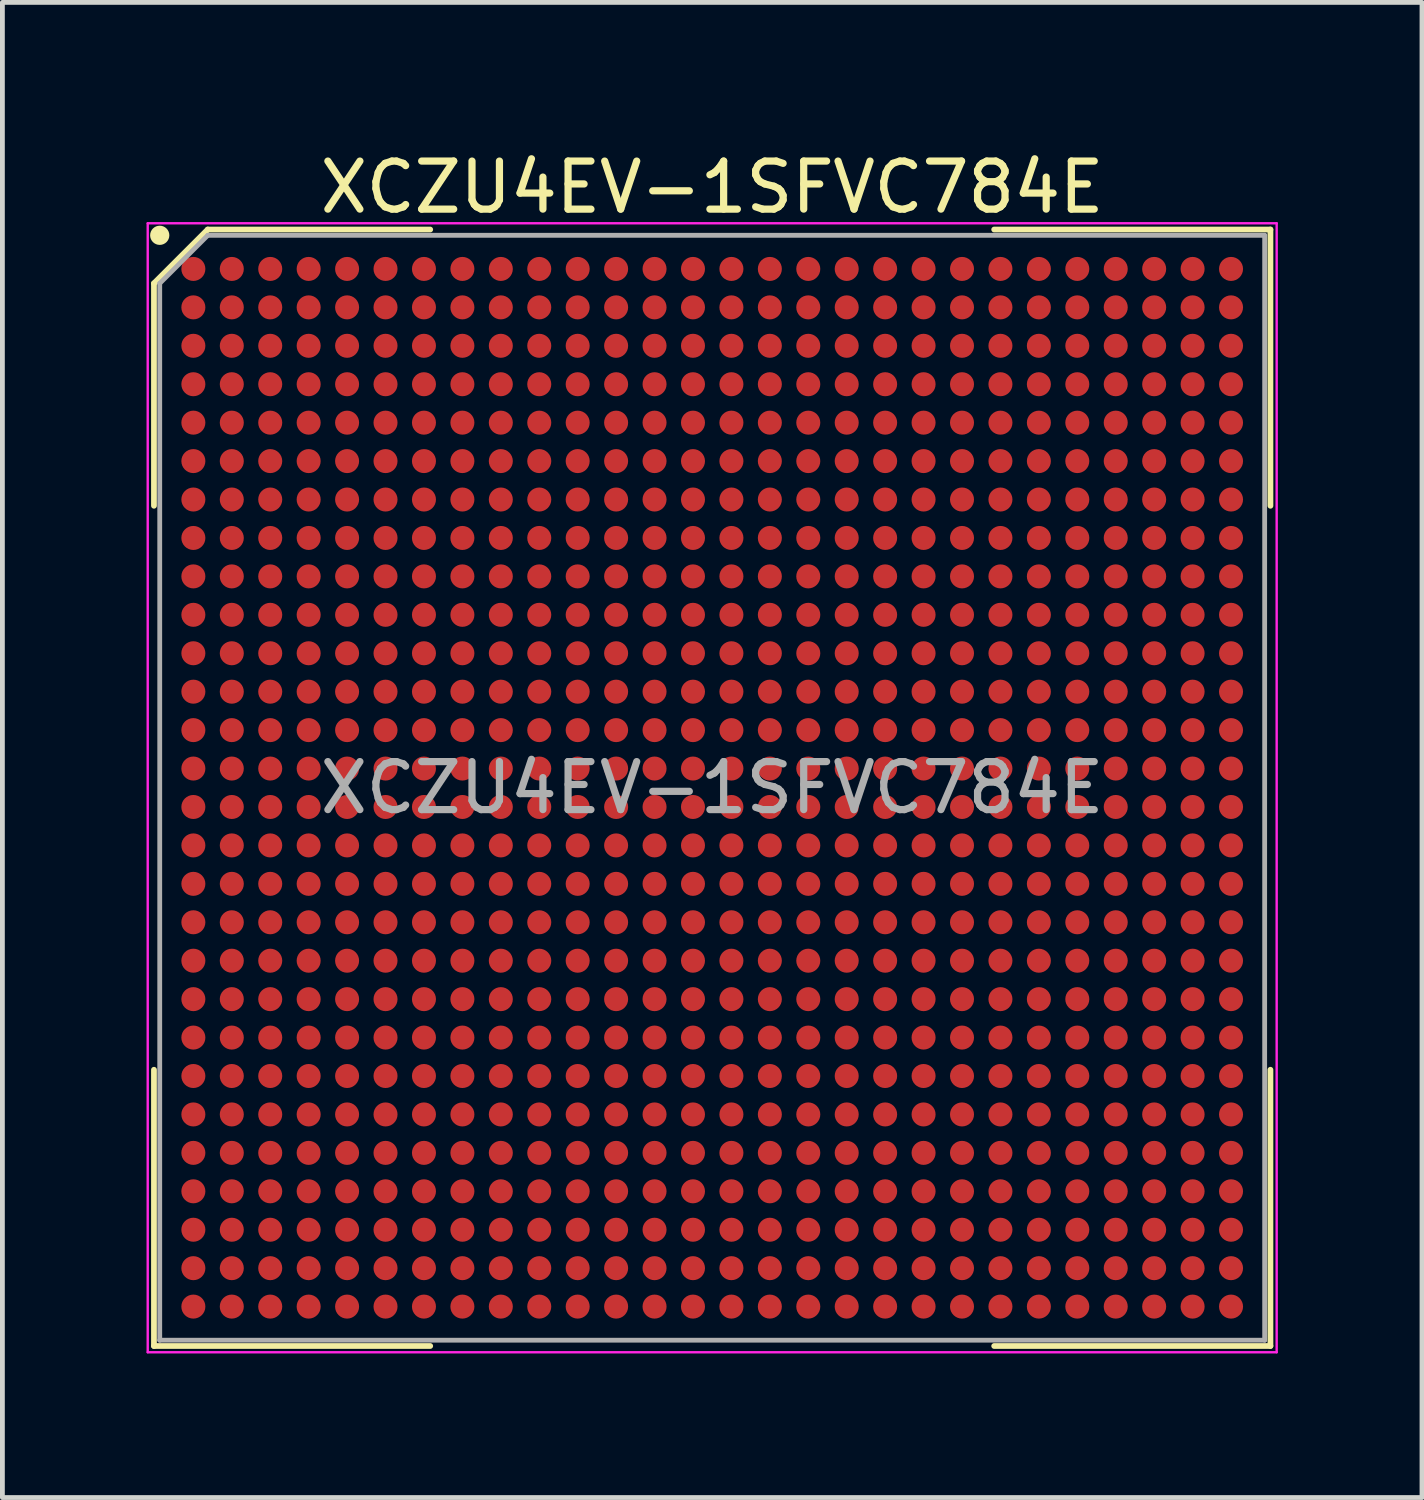
<source format=kicad_pcb>
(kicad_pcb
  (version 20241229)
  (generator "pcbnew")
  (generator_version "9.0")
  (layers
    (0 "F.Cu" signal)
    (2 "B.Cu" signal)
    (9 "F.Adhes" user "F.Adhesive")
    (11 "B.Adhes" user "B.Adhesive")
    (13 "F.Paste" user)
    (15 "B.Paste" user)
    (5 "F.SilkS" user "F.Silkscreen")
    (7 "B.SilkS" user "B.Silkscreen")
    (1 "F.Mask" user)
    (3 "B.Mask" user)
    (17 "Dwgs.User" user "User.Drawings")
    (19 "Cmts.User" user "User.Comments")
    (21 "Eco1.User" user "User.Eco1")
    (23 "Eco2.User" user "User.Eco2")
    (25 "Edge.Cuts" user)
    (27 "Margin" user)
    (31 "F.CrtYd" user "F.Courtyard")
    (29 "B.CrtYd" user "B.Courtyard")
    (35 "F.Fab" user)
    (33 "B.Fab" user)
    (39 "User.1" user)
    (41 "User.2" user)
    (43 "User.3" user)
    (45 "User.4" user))
  (footprint "XCZU4EV-1SFVC784E"
    (layer "F.Cu")
    (at 11.775 13.348)
    (property "Reference" "XCZU4EV-1SFVC784E" (at 0 -12.5 0) (layer "F.SilkS") (effects (font (size 1 1) (thickness 0.15))))
    (attr smd)
    (fp_line (start -11.62 -10.5) (end -11.62 -5.87) (stroke (width 0.12) (type default)) (layer "F.SilkS"))
    (fp_line (start -11.62 11.62) (end -11.62 5.87) (stroke (width 0.12) (type default)) (layer "F.SilkS"))
    (fp_line (start -10.5 -11.62) (end -11.62 -10.5) (stroke (width 0.12) (type default)) (layer "F.SilkS"))
    (fp_line (start -5.87 -11.62) (end -10.5 -11.62) (stroke (width 0.12) (type default)) (layer "F.SilkS"))
    (fp_line (start -5.87 11.62) (end -11.62 11.62) (stroke (width 0.12) (type default)) (layer "F.SilkS"))
    (fp_line (start 5.87 -11.62) (end 11.62 -11.62) (stroke (width 0.12) (type default)) (layer "F.SilkS"))
    (fp_line (start 5.87 11.62) (end 11.62 11.62) (stroke (width 0.12) (type default)) (layer "F.SilkS"))
    (fp_line (start 11.62 -11.62) (end 11.62 -5.87) (stroke (width 0.12) (type default)) (layer "F.SilkS"))
    (fp_line (start 11.62 11.62) (end 11.62 5.87) (stroke (width 0.12) (type default)) (layer "F.SilkS"))
    (fp_circle (center -11.5 -11.5) (end -11.5 -11.4) (stroke (width 0.2) (type default)) (fill no) (layer "F.SilkS"))
    (fp_line (start -11.75 -11.75) (end 11.75 -11.75) (stroke (width 0.05) (type default)) (layer "F.CrtYd"))
    (fp_line (start -11.75 11.75) (end -11.75 -11.75) (stroke (width 0.05) (type default)) (layer "F.CrtYd"))
    (fp_line (start 11.75 -11.75) (end 11.75 11.75) (stroke (width 0.05) (type default)) (layer "F.CrtYd"))
    (fp_line (start 11.75 11.75) (end -11.75 11.75) (stroke (width 0.05) (type default)) (layer "F.CrtYd"))
    (fp_line (start -11.5 -10.5) (end -11.5 11.5) (stroke (width 0.1) (type default)) (layer "F.Fab"))
    (fp_line (start -11.5 11.5) (end 11.5 11.5) (stroke (width 0.1) (type default)) (layer "F.Fab"))
    (fp_line (start -10.5 -11.5) (end -11.5 -10.5) (stroke (width 0.1) (type default)) (layer "F.Fab"))
    (fp_line (start 11.5 -11.5) (end -10.5 -11.5) (stroke (width 0.1) (type default)) (layer "F.Fab"))
    (fp_line (start 11.5 11.5) (end 11.5 -11.5) (stroke (width 0.1) (type default)) (layer "F.Fab"))
    (fp_text user "${REFERENCE}" (at 0 0 0) (layer "F.Fab") (effects (font (size 1 1) (thickness 0.15))))
    (pad "A1" smd circle (at -10.8 -10.8) (size 0.5 0.5) (layers "F.Cu" "F.Mask" "F.Paste"))
    (pad "A2" smd circle (at -10 -10.8) (size 0.5 0.5) (layers "F.Cu" "F.Mask" "F.Paste"))
    (pad "A3" smd circle (at -9.2 -10.8) (size 0.5 0.5) (layers "F.Cu" "F.Mask" "F.Paste"))
    (pad "A4" smd circle (at -8.4 -10.8) (size 0.5 0.5) (layers "F.Cu" "F.Mask" "F.Paste"))
    (pad "A5" smd circle (at -7.6 -10.8) (size 0.5 0.5) (layers "F.Cu" "F.Mask" "F.Paste"))
    (pad "A6" smd circle (at -6.8 -10.8) (size 0.5 0.5) (layers "F.Cu" "F.Mask" "F.Paste"))
    (pad "A7" smd circle (at -6 -10.8) (size 0.5 0.5) (layers "F.Cu" "F.Mask" "F.Paste"))
    (pad "A8" smd circle (at -5.2 -10.8) (size 0.5 0.5) (layers "F.Cu" "F.Mask" "F.Paste"))
    (pad "A9" smd circle (at -4.4 -10.8) (size 0.5 0.5) (layers "F.Cu" "F.Mask" "F.Paste"))
    (pad "A10" smd circle (at -3.6 -10.8) (size 0.5 0.5) (layers "F.Cu" "F.Mask" "F.Paste"))
    (pad "A11" smd circle (at -2.8 -10.8) (size 0.5 0.5) (layers "F.Cu" "F.Mask" "F.Paste"))
    (pad "A12" smd circle (at -2 -10.8) (size 0.5 0.5) (layers "F.Cu" "F.Mask" "F.Paste"))
    (pad "A13" smd circle (at -1.2 -10.8) (size 0.5 0.5) (layers "F.Cu" "F.Mask" "F.Paste"))
    (pad "A14" smd circle (at -0.4 -10.8) (size 0.5 0.5) (layers "F.Cu" "F.Mask" "F.Paste"))
    (pad "A15" smd circle (at 0.4 -10.8) (size 0.5 0.5) (layers "F.Cu" "F.Mask" "F.Paste"))
    (pad "A16" smd circle (at 1.2 -10.8) (size 0.5 0.5) (layers "F.Cu" "F.Mask" "F.Paste"))
    (pad "A17" smd circle (at 2 -10.8) (size 0.5 0.5) (layers "F.Cu" "F.Mask" "F.Paste"))
    (pad "A18" smd circle (at 2.8 -10.8) (size 0.5 0.5) (layers "F.Cu" "F.Mask" "F.Paste"))
    (pad "A19" smd circle (at 3.6 -10.8) (size 0.5 0.5) (layers "F.Cu" "F.Mask" "F.Paste"))
    (pad "A20" smd circle (at 4.4 -10.8) (size 0.5 0.5) (layers "F.Cu" "F.Mask" "F.Paste"))
    (pad "A21" smd circle (at 5.2 -10.8) (size 0.5 0.5) (layers "F.Cu" "F.Mask" "F.Paste"))
    (pad "A22" smd circle (at 6 -10.8) (size 0.5 0.5) (layers "F.Cu" "F.Mask" "F.Paste"))
    (pad "A23" smd circle (at 6.8 -10.8) (size 0.5 0.5) (layers "F.Cu" "F.Mask" "F.Paste"))
    (pad "A24" smd circle (at 7.6 -10.8) (size 0.5 0.5) (layers "F.Cu" "F.Mask" "F.Paste"))
    (pad "A25" smd circle (at 8.4 -10.8) (size 0.5 0.5) (layers "F.Cu" "F.Mask" "F.Paste"))
    (pad "A26" smd circle (at 9.2 -10.8) (size 0.5 0.5) (layers "F.Cu" "F.Mask" "F.Paste"))
    (pad "A27" smd circle (at 10 -10.8) (size 0.5 0.5) (layers "F.Cu" "F.Mask" "F.Paste"))
    (pad "A28" smd circle (at 10.8 -10.8) (size 0.5 0.5) (layers "F.Cu" "F.Mask" "F.Paste"))
    (pad "AA1" smd circle (at -10.8 5.2) (size 0.5 0.5) (layers "F.Cu" "F.Mask" "F.Paste"))
    (pad "AA2" smd circle (at -10 5.2) (size 0.5 0.5) (layers "F.Cu" "F.Mask" "F.Paste"))
    (pad "AA3" smd circle (at -9.2 5.2) (size 0.5 0.5) (layers "F.Cu" "F.Mask" "F.Paste"))
    (pad "AA4" smd circle (at -8.4 5.2) (size 0.5 0.5) (layers "F.Cu" "F.Mask" "F.Paste"))
    (pad "AA5" smd circle (at -7.6 5.2) (size 0.5 0.5) (layers "F.Cu" "F.Mask" "F.Paste"))
    (pad "AA6" smd circle (at -6.8 5.2) (size 0.5 0.5) (layers "F.Cu" "F.Mask" "F.Paste"))
    (pad "AA7" smd circle (at -6 5.2) (size 0.5 0.5) (layers "F.Cu" "F.Mask" "F.Paste"))
    (pad "AA8" smd circle (at -5.2 5.2) (size 0.5 0.5) (layers "F.Cu" "F.Mask" "F.Paste"))
    (pad "AA9" smd circle (at -4.4 5.2) (size 0.5 0.5) (layers "F.Cu" "F.Mask" "F.Paste"))
    (pad "AA10" smd circle (at -3.6 5.2) (size 0.5 0.5) (layers "F.Cu" "F.Mask" "F.Paste"))
    (pad "AA11" smd circle (at -2.8 5.2) (size 0.5 0.5) (layers "F.Cu" "F.Mask" "F.Paste"))
    (pad "AA12" smd circle (at -2 5.2) (size 0.5 0.5) (layers "F.Cu" "F.Mask" "F.Paste"))
    (pad "AA13" smd circle (at -1.2 5.2) (size 0.5 0.5) (layers "F.Cu" "F.Mask" "F.Paste"))
    (pad "AA14" smd circle (at -0.4 5.2) (size 0.5 0.5) (layers "F.Cu" "F.Mask" "F.Paste"))
    (pad "AA15" smd circle (at 0.4 5.2) (size 0.5 0.5) (layers "F.Cu" "F.Mask" "F.Paste"))
    (pad "AA16" smd circle (at 1.2 5.2) (size 0.5 0.5) (layers "F.Cu" "F.Mask" "F.Paste"))
    (pad "AA17" smd circle (at 2 5.2) (size 0.5 0.5) (layers "F.Cu" "F.Mask" "F.Paste"))
    (pad "AA18" smd circle (at 2.8 5.2) (size 0.5 0.5) (layers "F.Cu" "F.Mask" "F.Paste"))
    (pad "AA19" smd circle (at 3.6 5.2) (size 0.5 0.5) (layers "F.Cu" "F.Mask" "F.Paste"))
    (pad "AA20" smd circle (at 4.4 5.2) (size 0.5 0.5) (layers "F.Cu" "F.Mask" "F.Paste"))
    (pad "AA21" smd circle (at 5.2 5.2) (size 0.5 0.5) (layers "F.Cu" "F.Mask" "F.Paste"))
    (pad "AA22" smd circle (at 6 5.2) (size 0.5 0.5) (layers "F.Cu" "F.Mask" "F.Paste"))
    (pad "AA23" smd circle (at 6.8 5.2) (size 0.5 0.5) (layers "F.Cu" "F.Mask" "F.Paste"))
    (pad "AA24" smd circle (at 7.6 5.2) (size 0.5 0.5) (layers "F.Cu" "F.Mask" "F.Paste"))
    (pad "AA25" smd circle (at 8.4 5.2) (size 0.5 0.5) (layers "F.Cu" "F.Mask" "F.Paste"))
    (pad "AA26" smd circle (at 9.2 5.2) (size 0.5 0.5) (layers "F.Cu" "F.Mask" "F.Paste"))
    (pad "AA27" smd circle (at 10 5.2) (size 0.5 0.5) (layers "F.Cu" "F.Mask" "F.Paste"))
    (pad "AA28" smd circle (at 10.8 5.2) (size 0.5 0.5) (layers "F.Cu" "F.Mask" "F.Paste"))
    (pad "AB1" smd circle (at -10.8 6) (size 0.5 0.5) (layers "F.Cu" "F.Mask" "F.Paste"))
    (pad "AB2" smd circle (at -10 6) (size 0.5 0.5) (layers "F.Cu" "F.Mask" "F.Paste"))
    (pad "AB3" smd circle (at -9.2 6) (size 0.5 0.5) (layers "F.Cu" "F.Mask" "F.Paste"))
    (pad "AB4" smd circle (at -8.4 6) (size 0.5 0.5) (layers "F.Cu" "F.Mask" "F.Paste"))
    (pad "AB5" smd circle (at -7.6 6) (size 0.5 0.5) (layers "F.Cu" "F.Mask" "F.Paste"))
    (pad "AB6" smd circle (at -6.8 6) (size 0.5 0.5) (layers "F.Cu" "F.Mask" "F.Paste"))
    (pad "AB7" smd circle (at -6 6) (size 0.5 0.5) (layers "F.Cu" "F.Mask" "F.Paste"))
    (pad "AB8" smd circle (at -5.2 6) (size 0.5 0.5) (layers "F.Cu" "F.Mask" "F.Paste"))
    (pad "AB9" smd circle (at -4.4 6) (size 0.5 0.5) (layers "F.Cu" "F.Mask" "F.Paste"))
    (pad "AB10" smd circle (at -3.6 6) (size 0.5 0.5) (layers "F.Cu" "F.Mask" "F.Paste"))
    (pad "AB11" smd circle (at -2.8 6) (size 0.5 0.5) (layers "F.Cu" "F.Mask" "F.Paste"))
    (pad "AB12" smd circle (at -2 6) (size 0.5 0.5) (layers "F.Cu" "F.Mask" "F.Paste"))
    (pad "AB13" smd circle (at -1.2 6) (size 0.5 0.5) (layers "F.Cu" "F.Mask" "F.Paste"))
    (pad "AB14" smd circle (at -0.4 6) (size 0.5 0.5) (layers "F.Cu" "F.Mask" "F.Paste"))
    (pad "AB15" smd circle (at 0.4 6) (size 0.5 0.5) (layers "F.Cu" "F.Mask" "F.Paste"))
    (pad "AB16" smd circle (at 1.2 6) (size 0.5 0.5) (layers "F.Cu" "F.Mask" "F.Paste"))
    (pad "AB17" smd circle (at 2 6) (size 0.5 0.5) (layers "F.Cu" "F.Mask" "F.Paste"))
    (pad "AB18" smd circle (at 2.8 6) (size 0.5 0.5) (layers "F.Cu" "F.Mask" "F.Paste"))
    (pad "AB19" smd circle (at 3.6 6) (size 0.5 0.5) (layers "F.Cu" "F.Mask" "F.Paste"))
    (pad "AB20" smd circle (at 4.4 6) (size 0.5 0.5) (layers "F.Cu" "F.Mask" "F.Paste"))
    (pad "AB21" smd circle (at 5.2 6) (size 0.5 0.5) (layers "F.Cu" "F.Mask" "F.Paste"))
    (pad "AB22" smd circle (at 6 6) (size 0.5 0.5) (layers "F.Cu" "F.Mask" "F.Paste"))
    (pad "AB23" smd circle (at 6.8 6) (size 0.5 0.5) (layers "F.Cu" "F.Mask" "F.Paste"))
    (pad "AB24" smd circle (at 7.6 6) (size 0.5 0.5) (layers "F.Cu" "F.Mask" "F.Paste"))
    (pad "AB25" smd circle (at 8.4 6) (size 0.5 0.5) (layers "F.Cu" "F.Mask" "F.Paste"))
    (pad "AB26" smd circle (at 9.2 6) (size 0.5 0.5) (layers "F.Cu" "F.Mask" "F.Paste"))
    (pad "AB27" smd circle (at 10 6) (size 0.5 0.5) (layers "F.Cu" "F.Mask" "F.Paste"))
    (pad "AB28" smd circle (at 10.8 6) (size 0.5 0.5) (layers "F.Cu" "F.Mask" "F.Paste"))
    (pad "AC1" smd circle (at -10.8 6.8) (size 0.5 0.5) (layers "F.Cu" "F.Mask" "F.Paste"))
    (pad "AC2" smd circle (at -10 6.8) (size 0.5 0.5) (layers "F.Cu" "F.Mask" "F.Paste"))
    (pad "AC3" smd circle (at -9.2 6.8) (size 0.5 0.5) (layers "F.Cu" "F.Mask" "F.Paste"))
    (pad "AC4" smd circle (at -8.4 6.8) (size 0.5 0.5) (layers "F.Cu" "F.Mask" "F.Paste"))
    (pad "AC5" smd circle (at -7.6 6.8) (size 0.5 0.5) (layers "F.Cu" "F.Mask" "F.Paste"))
    (pad "AC6" smd circle (at -6.8 6.8) (size 0.5 0.5) (layers "F.Cu" "F.Mask" "F.Paste"))
    (pad "AC7" smd circle (at -6 6.8) (size 0.5 0.5) (layers "F.Cu" "F.Mask" "F.Paste"))
    (pad "AC8" smd circle (at -5.2 6.8) (size 0.5 0.5) (layers "F.Cu" "F.Mask" "F.Paste"))
    (pad "AC9" smd circle (at -4.4 6.8) (size 0.5 0.5) (layers "F.Cu" "F.Mask" "F.Paste"))
    (pad "AC10" smd circle (at -3.6 6.8) (size 0.5 0.5) (layers "F.Cu" "F.Mask" "F.Paste"))
    (pad "AC11" smd circle (at -2.8 6.8) (size 0.5 0.5) (layers "F.Cu" "F.Mask" "F.Paste"))
    (pad "AC12" smd circle (at -2 6.8) (size 0.5 0.5) (layers "F.Cu" "F.Mask" "F.Paste"))
    (pad "AC13" smd circle (at -1.2 6.8) (size 0.5 0.5) (layers "F.Cu" "F.Mask" "F.Paste"))
    (pad "AC14" smd circle (at -0.4 6.8) (size 0.5 0.5) (layers "F.Cu" "F.Mask" "F.Paste"))
    (pad "AC15" smd circle (at 0.4 6.8) (size 0.5 0.5) (layers "F.Cu" "F.Mask" "F.Paste"))
    (pad "AC16" smd circle (at 1.2 6.8) (size 0.5 0.5) (layers "F.Cu" "F.Mask" "F.Paste"))
    (pad "AC17" smd circle (at 2 6.8) (size 0.5 0.5) (layers "F.Cu" "F.Mask" "F.Paste"))
    (pad "AC18" smd circle (at 2.8 6.8) (size 0.5 0.5) (layers "F.Cu" "F.Mask" "F.Paste"))
    (pad "AC19" smd circle (at 3.6 6.8) (size 0.5 0.5) (layers "F.Cu" "F.Mask" "F.Paste"))
    (pad "AC20" smd circle (at 4.4 6.8) (size 0.5 0.5) (layers "F.Cu" "F.Mask" "F.Paste"))
    (pad "AC21" smd circle (at 5.2 6.8) (size 0.5 0.5) (layers "F.Cu" "F.Mask" "F.Paste"))
    (pad "AC22" smd circle (at 6 6.8) (size 0.5 0.5) (layers "F.Cu" "F.Mask" "F.Paste"))
    (pad "AC23" smd circle (at 6.8 6.8) (size 0.5 0.5) (layers "F.Cu" "F.Mask" "F.Paste"))
    (pad "AC24" smd circle (at 7.6 6.8) (size 0.5 0.5) (layers "F.Cu" "F.Mask" "F.Paste"))
    (pad "AC25" smd circle (at 8.4 6.8) (size 0.5 0.5) (layers "F.Cu" "F.Mask" "F.Paste"))
    (pad "AC26" smd circle (at 9.2 6.8) (size 0.5 0.5) (layers "F.Cu" "F.Mask" "F.Paste"))
    (pad "AC27" smd circle (at 10 6.8) (size 0.5 0.5) (layers "F.Cu" "F.Mask" "F.Paste"))
    (pad "AC28" smd circle (at 10.8 6.8) (size 0.5 0.5) (layers "F.Cu" "F.Mask" "F.Paste"))
    (pad "AD1" smd circle (at -10.8 7.6) (size 0.5 0.5) (layers "F.Cu" "F.Mask" "F.Paste"))
    (pad "AD2" smd circle (at -10 7.6) (size 0.5 0.5) (layers "F.Cu" "F.Mask" "F.Paste"))
    (pad "AD3" smd circle (at -9.2 7.6) (size 0.5 0.5) (layers "F.Cu" "F.Mask" "F.Paste"))
    (pad "AD4" smd circle (at -8.4 7.6) (size 0.5 0.5) (layers "F.Cu" "F.Mask" "F.Paste"))
    (pad "AD5" smd circle (at -7.6 7.6) (size 0.5 0.5) (layers "F.Cu" "F.Mask" "F.Paste"))
    (pad "AD6" smd circle (at -6.8 7.6) (size 0.5 0.5) (layers "F.Cu" "F.Mask" "F.Paste"))
    (pad "AD7" smd circle (at -6 7.6) (size 0.5 0.5) (layers "F.Cu" "F.Mask" "F.Paste"))
    (pad "AD8" smd circle (at -5.2 7.6) (size 0.5 0.5) (layers "F.Cu" "F.Mask" "F.Paste"))
    (pad "AD9" smd circle (at -4.4 7.6) (size 0.5 0.5) (layers "F.Cu" "F.Mask" "F.Paste"))
    (pad "AD10" smd circle (at -3.6 7.6) (size 0.5 0.5) (layers "F.Cu" "F.Mask" "F.Paste"))
    (pad "AD11" smd circle (at -2.8 7.6) (size 0.5 0.5) (layers "F.Cu" "F.Mask" "F.Paste"))
    (pad "AD12" smd circle (at -2 7.6) (size 0.5 0.5) (layers "F.Cu" "F.Mask" "F.Paste"))
    (pad "AD13" smd circle (at -1.2 7.6) (size 0.5 0.5) (layers "F.Cu" "F.Mask" "F.Paste"))
    (pad "AD14" smd circle (at -0.4 7.6) (size 0.5 0.5) (layers "F.Cu" "F.Mask" "F.Paste"))
    (pad "AD15" smd circle (at 0.4 7.6) (size 0.5 0.5) (layers "F.Cu" "F.Mask" "F.Paste"))
    (pad "AD16" smd circle (at 1.2 7.6) (size 0.5 0.5) (layers "F.Cu" "F.Mask" "F.Paste"))
    (pad "AD17" smd circle (at 2 7.6) (size 0.5 0.5) (layers "F.Cu" "F.Mask" "F.Paste"))
    (pad "AD18" smd circle (at 2.8 7.6) (size 0.5 0.5) (layers "F.Cu" "F.Mask" "F.Paste"))
    (pad "AD19" smd circle (at 3.6 7.6) (size 0.5 0.5) (layers "F.Cu" "F.Mask" "F.Paste"))
    (pad "AD20" smd circle (at 4.4 7.6) (size 0.5 0.5) (layers "F.Cu" "F.Mask" "F.Paste"))
    (pad "AD21" smd circle (at 5.2 7.6) (size 0.5 0.5) (layers "F.Cu" "F.Mask" "F.Paste"))
    (pad "AD22" smd circle (at 6 7.6) (size 0.5 0.5) (layers "F.Cu" "F.Mask" "F.Paste"))
    (pad "AD23" smd circle (at 6.8 7.6) (size 0.5 0.5) (layers "F.Cu" "F.Mask" "F.Paste"))
    (pad "AD24" smd circle (at 7.6 7.6) (size 0.5 0.5) (layers "F.Cu" "F.Mask" "F.Paste"))
    (pad "AD25" smd circle (at 8.4 7.6) (size 0.5 0.5) (layers "F.Cu" "F.Mask" "F.Paste"))
    (pad "AD26" smd circle (at 9.2 7.6) (size 0.5 0.5) (layers "F.Cu" "F.Mask" "F.Paste"))
    (pad "AD27" smd circle (at 10 7.6) (size 0.5 0.5) (layers "F.Cu" "F.Mask" "F.Paste"))
    (pad "AD28" smd circle (at 10.8 7.6) (size 0.5 0.5) (layers "F.Cu" "F.Mask" "F.Paste"))
    (pad "AE1" smd circle (at -10.8 8.4) (size 0.5 0.5) (layers "F.Cu" "F.Mask" "F.Paste"))
    (pad "AE2" smd circle (at -10 8.4) (size 0.5 0.5) (layers "F.Cu" "F.Mask" "F.Paste"))
    (pad "AE3" smd circle (at -9.2 8.4) (size 0.5 0.5) (layers "F.Cu" "F.Mask" "F.Paste"))
    (pad "AE4" smd circle (at -8.4 8.4) (size 0.5 0.5) (layers "F.Cu" "F.Mask" "F.Paste"))
    (pad "AE5" smd circle (at -7.6 8.4) (size 0.5 0.5) (layers "F.Cu" "F.Mask" "F.Paste"))
    (pad "AE6" smd circle (at -6.8 8.4) (size 0.5 0.5) (layers "F.Cu" "F.Mask" "F.Paste"))
    (pad "AE7" smd circle (at -6 8.4) (size 0.5 0.5) (layers "F.Cu" "F.Mask" "F.Paste"))
    (pad "AE8" smd circle (at -5.2 8.4) (size 0.5 0.5) (layers "F.Cu" "F.Mask" "F.Paste"))
    (pad "AE9" smd circle (at -4.4 8.4) (size 0.5 0.5) (layers "F.Cu" "F.Mask" "F.Paste"))
    (pad "AE10" smd circle (at -3.6 8.4) (size 0.5 0.5) (layers "F.Cu" "F.Mask" "F.Paste"))
    (pad "AE11" smd circle (at -2.8 8.4) (size 0.5 0.5) (layers "F.Cu" "F.Mask" "F.Paste"))
    (pad "AE12" smd circle (at -2 8.4) (size 0.5 0.5) (layers "F.Cu" "F.Mask" "F.Paste"))
    (pad "AE13" smd circle (at -1.2 8.4) (size 0.5 0.5) (layers "F.Cu" "F.Mask" "F.Paste"))
    (pad "AE14" smd circle (at -0.4 8.4) (size 0.5 0.5) (layers "F.Cu" "F.Mask" "F.Paste"))
    (pad "AE15" smd circle (at 0.4 8.4) (size 0.5 0.5) (layers "F.Cu" "F.Mask" "F.Paste"))
    (pad "AE16" smd circle (at 1.2 8.4) (size 0.5 0.5) (layers "F.Cu" "F.Mask" "F.Paste"))
    (pad "AE17" smd circle (at 2 8.4) (size 0.5 0.5) (layers "F.Cu" "F.Mask" "F.Paste"))
    (pad "AE18" smd circle (at 2.8 8.4) (size 0.5 0.5) (layers "F.Cu" "F.Mask" "F.Paste"))
    (pad "AE19" smd circle (at 3.6 8.4) (size 0.5 0.5) (layers "F.Cu" "F.Mask" "F.Paste"))
    (pad "AE20" smd circle (at 4.4 8.4) (size 0.5 0.5) (layers "F.Cu" "F.Mask" "F.Paste"))
    (pad "AE21" smd circle (at 5.2 8.4) (size 0.5 0.5) (layers "F.Cu" "F.Mask" "F.Paste"))
    (pad "AE22" smd circle (at 6 8.4) (size 0.5 0.5) (layers "F.Cu" "F.Mask" "F.Paste"))
    (pad "AE23" smd circle (at 6.8 8.4) (size 0.5 0.5) (layers "F.Cu" "F.Mask" "F.Paste"))
    (pad "AE24" smd circle (at 7.6 8.4) (size 0.5 0.5) (layers "F.Cu" "F.Mask" "F.Paste"))
    (pad "AE25" smd circle (at 8.4 8.4) (size 0.5 0.5) (layers "F.Cu" "F.Mask" "F.Paste"))
    (pad "AE26" smd circle (at 9.2 8.4) (size 0.5 0.5) (layers "F.Cu" "F.Mask" "F.Paste"))
    (pad "AE27" smd circle (at 10 8.4) (size 0.5 0.5) (layers "F.Cu" "F.Mask" "F.Paste"))
    (pad "AE28" smd circle (at 10.8 8.4) (size 0.5 0.5) (layers "F.Cu" "F.Mask" "F.Paste"))
    (pad "AF1" smd circle (at -10.8 9.2) (size 0.5 0.5) (layers "F.Cu" "F.Mask" "F.Paste"))
    (pad "AF2" smd circle (at -10 9.2) (size 0.5 0.5) (layers "F.Cu" "F.Mask" "F.Paste"))
    (pad "AF3" smd circle (at -9.2 9.2) (size 0.5 0.5) (layers "F.Cu" "F.Mask" "F.Paste"))
    (pad "AF4" smd circle (at -8.4 9.2) (size 0.5 0.5) (layers "F.Cu" "F.Mask" "F.Paste"))
    (pad "AF5" smd circle (at -7.6 9.2) (size 0.5 0.5) (layers "F.Cu" "F.Mask" "F.Paste"))
    (pad "AF6" smd circle (at -6.8 9.2) (size 0.5 0.5) (layers "F.Cu" "F.Mask" "F.Paste"))
    (pad "AF7" smd circle (at -6 9.2) (size 0.5 0.5) (layers "F.Cu" "F.Mask" "F.Paste"))
    (pad "AF8" smd circle (at -5.2 9.2) (size 0.5 0.5) (layers "F.Cu" "F.Mask" "F.Paste"))
    (pad "AF9" smd circle (at -4.4 9.2) (size 0.5 0.5) (layers "F.Cu" "F.Mask" "F.Paste"))
    (pad "AF10" smd circle (at -3.6 9.2) (size 0.5 0.5) (layers "F.Cu" "F.Mask" "F.Paste"))
    (pad "AF11" smd circle (at -2.8 9.2) (size 0.5 0.5) (layers "F.Cu" "F.Mask" "F.Paste"))
    (pad "AF12" smd circle (at -2 9.2) (size 0.5 0.5) (layers "F.Cu" "F.Mask" "F.Paste"))
    (pad "AF13" smd circle (at -1.2 9.2) (size 0.5 0.5) (layers "F.Cu" "F.Mask" "F.Paste"))
    (pad "AF14" smd circle (at -0.4 9.2) (size 0.5 0.5) (layers "F.Cu" "F.Mask" "F.Paste"))
    (pad "AF15" smd circle (at 0.4 9.2) (size 0.5 0.5) (layers "F.Cu" "F.Mask" "F.Paste"))
    (pad "AF16" smd circle (at 1.2 9.2) (size 0.5 0.5) (layers "F.Cu" "F.Mask" "F.Paste"))
    (pad "AF17" smd circle (at 2 9.2) (size 0.5 0.5) (layers "F.Cu" "F.Mask" "F.Paste"))
    (pad "AF18" smd circle (at 2.8 9.2) (size 0.5 0.5) (layers "F.Cu" "F.Mask" "F.Paste"))
    (pad "AF19" smd circle (at 3.6 9.2) (size 0.5 0.5) (layers "F.Cu" "F.Mask" "F.Paste"))
    (pad "AF20" smd circle (at 4.4 9.2) (size 0.5 0.5) (layers "F.Cu" "F.Mask" "F.Paste"))
    (pad "AF21" smd circle (at 5.2 9.2) (size 0.5 0.5) (layers "F.Cu" "F.Mask" "F.Paste"))
    (pad "AF22" smd circle (at 6 9.2) (size 0.5 0.5) (layers "F.Cu" "F.Mask" "F.Paste"))
    (pad "AF23" smd circle (at 6.8 9.2) (size 0.5 0.5) (layers "F.Cu" "F.Mask" "F.Paste"))
    (pad "AF24" smd circle (at 7.6 9.2) (size 0.5 0.5) (layers "F.Cu" "F.Mask" "F.Paste"))
    (pad "AF25" smd circle (at 8.4 9.2) (size 0.5 0.5) (layers "F.Cu" "F.Mask" "F.Paste"))
    (pad "AF26" smd circle (at 9.2 9.2) (size 0.5 0.5) (layers "F.Cu" "F.Mask" "F.Paste"))
    (pad "AF27" smd circle (at 10 9.2) (size 0.5 0.5) (layers "F.Cu" "F.Mask" "F.Paste"))
    (pad "AF28" smd circle (at 10.8 9.2) (size 0.5 0.5) (layers "F.Cu" "F.Mask" "F.Paste"))
    (pad "AG1" smd circle (at -10.8 10) (size 0.5 0.5) (layers "F.Cu" "F.Mask" "F.Paste"))
    (pad "AG2" smd circle (at -10 10) (size 0.5 0.5) (layers "F.Cu" "F.Mask" "F.Paste"))
    (pad "AG3" smd circle (at -9.2 10) (size 0.5 0.5) (layers "F.Cu" "F.Mask" "F.Paste"))
    (pad "AG4" smd circle (at -8.4 10) (size 0.5 0.5) (layers "F.Cu" "F.Mask" "F.Paste"))
    (pad "AG5" smd circle (at -7.6 10) (size 0.5 0.5) (layers "F.Cu" "F.Mask" "F.Paste"))
    (pad "AG6" smd circle (at -6.8 10) (size 0.5 0.5) (layers "F.Cu" "F.Mask" "F.Paste"))
    (pad "AG7" smd circle (at -6 10) (size 0.5 0.5) (layers "F.Cu" "F.Mask" "F.Paste"))
    (pad "AG8" smd circle (at -5.2 10) (size 0.5 0.5) (layers "F.Cu" "F.Mask" "F.Paste"))
    (pad "AG9" smd circle (at -4.4 10) (size 0.5 0.5) (layers "F.Cu" "F.Mask" "F.Paste"))
    (pad "AG10" smd circle (at -3.6 10) (size 0.5 0.5) (layers "F.Cu" "F.Mask" "F.Paste"))
    (pad "AG11" smd circle (at -2.8 10) (size 0.5 0.5) (layers "F.Cu" "F.Mask" "F.Paste"))
    (pad "AG12" smd circle (at -2 10) (size 0.5 0.5) (layers "F.Cu" "F.Mask" "F.Paste"))
    (pad "AG13" smd circle (at -1.2 10) (size 0.5 0.5) (layers "F.Cu" "F.Mask" "F.Paste"))
    (pad "AG14" smd circle (at -0.4 10) (size 0.5 0.5) (layers "F.Cu" "F.Mask" "F.Paste"))
    (pad "AG15" smd circle (at 0.4 10) (size 0.5 0.5) (layers "F.Cu" "F.Mask" "F.Paste"))
    (pad "AG16" smd circle (at 1.2 10) (size 0.5 0.5) (layers "F.Cu" "F.Mask" "F.Paste"))
    (pad "AG17" smd circle (at 2 10) (size 0.5 0.5) (layers "F.Cu" "F.Mask" "F.Paste"))
    (pad "AG18" smd circle (at 2.8 10) (size 0.5 0.5) (layers "F.Cu" "F.Mask" "F.Paste"))
    (pad "AG19" smd circle (at 3.6 10) (size 0.5 0.5) (layers "F.Cu" "F.Mask" "F.Paste"))
    (pad "AG20" smd circle (at 4.4 10) (size 0.5 0.5) (layers "F.Cu" "F.Mask" "F.Paste"))
    (pad "AG21" smd circle (at 5.2 10) (size 0.5 0.5) (layers "F.Cu" "F.Mask" "F.Paste"))
    (pad "AG22" smd circle (at 6 10) (size 0.5 0.5) (layers "F.Cu" "F.Mask" "F.Paste"))
    (pad "AG23" smd circle (at 6.8 10) (size 0.5 0.5) (layers "F.Cu" "F.Mask" "F.Paste"))
    (pad "AG24" smd circle (at 7.6 10) (size 0.5 0.5) (layers "F.Cu" "F.Mask" "F.Paste"))
    (pad "AG25" smd circle (at 8.4 10) (size 0.5 0.5) (layers "F.Cu" "F.Mask" "F.Paste"))
    (pad "AG26" smd circle (at 9.2 10) (size 0.5 0.5) (layers "F.Cu" "F.Mask" "F.Paste"))
    (pad "AG27" smd circle (at 10 10) (size 0.5 0.5) (layers "F.Cu" "F.Mask" "F.Paste"))
    (pad "AG28" smd circle (at 10.8 10) (size 0.5 0.5) (layers "F.Cu" "F.Mask" "F.Paste"))
    (pad "AH1" smd circle (at -10.8 10.8) (size 0.5 0.5) (layers "F.Cu" "F.Mask" "F.Paste"))
    (pad "AH2" smd circle (at -10 10.8) (size 0.5 0.5) (layers "F.Cu" "F.Mask" "F.Paste"))
    (pad "AH3" smd circle (at -9.2 10.8) (size 0.5 0.5) (layers "F.Cu" "F.Mask" "F.Paste"))
    (pad "AH4" smd circle (at -8.4 10.8) (size 0.5 0.5) (layers "F.Cu" "F.Mask" "F.Paste"))
    (pad "AH5" smd circle (at -7.6 10.8) (size 0.5 0.5) (layers "F.Cu" "F.Mask" "F.Paste"))
    (pad "AH6" smd circle (at -6.8 10.8) (size 0.5 0.5) (layers "F.Cu" "F.Mask" "F.Paste"))
    (pad "AH7" smd circle (at -6 10.8) (size 0.5 0.5) (layers "F.Cu" "F.Mask" "F.Paste"))
    (pad "AH8" smd circle (at -5.2 10.8) (size 0.5 0.5) (layers "F.Cu" "F.Mask" "F.Paste"))
    (pad "AH9" smd circle (at -4.4 10.8) (size 0.5 0.5) (layers "F.Cu" "F.Mask" "F.Paste"))
    (pad "AH10" smd circle (at -3.6 10.8) (size 0.5 0.5) (layers "F.Cu" "F.Mask" "F.Paste"))
    (pad "AH11" smd circle (at -2.8 10.8) (size 0.5 0.5) (layers "F.Cu" "F.Mask" "F.Paste"))
    (pad "AH12" smd circle (at -2 10.8) (size 0.5 0.5) (layers "F.Cu" "F.Mask" "F.Paste"))
    (pad "AH13" smd circle (at -1.2 10.8) (size 0.5 0.5) (layers "F.Cu" "F.Mask" "F.Paste"))
    (pad "AH14" smd circle (at -0.4 10.8) (size 0.5 0.5) (layers "F.Cu" "F.Mask" "F.Paste"))
    (pad "AH15" smd circle (at 0.4 10.8) (size 0.5 0.5) (layers "F.Cu" "F.Mask" "F.Paste"))
    (pad "AH16" smd circle (at 1.2 10.8) (size 0.5 0.5) (layers "F.Cu" "F.Mask" "F.Paste"))
    (pad "AH17" smd circle (at 2 10.8) (size 0.5 0.5) (layers "F.Cu" "F.Mask" "F.Paste"))
    (pad "AH18" smd circle (at 2.8 10.8) (size 0.5 0.5) (layers "F.Cu" "F.Mask" "F.Paste"))
    (pad "AH19" smd circle (at 3.6 10.8) (size 0.5 0.5) (layers "F.Cu" "F.Mask" "F.Paste"))
    (pad "AH20" smd circle (at 4.4 10.8) (size 0.5 0.5) (layers "F.Cu" "F.Mask" "F.Paste"))
    (pad "AH21" smd circle (at 5.2 10.8) (size 0.5 0.5) (layers "F.Cu" "F.Mask" "F.Paste"))
    (pad "AH22" smd circle (at 6 10.8) (size 0.5 0.5) (layers "F.Cu" "F.Mask" "F.Paste"))
    (pad "AH23" smd circle (at 6.8 10.8) (size 0.5 0.5) (layers "F.Cu" "F.Mask" "F.Paste"))
    (pad "AH24" smd circle (at 7.6 10.8) (size 0.5 0.5) (layers "F.Cu" "F.Mask" "F.Paste"))
    (pad "AH25" smd circle (at 8.4 10.8) (size 0.5 0.5) (layers "F.Cu" "F.Mask" "F.Paste"))
    (pad "AH26" smd circle (at 9.2 10.8) (size 0.5 0.5) (layers "F.Cu" "F.Mask" "F.Paste"))
    (pad "AH27" smd circle (at 10 10.8) (size 0.5 0.5) (layers "F.Cu" "F.Mask" "F.Paste"))
    (pad "AH28" smd circle (at 10.8 10.8) (size 0.5 0.5) (layers "F.Cu" "F.Mask" "F.Paste"))
    (pad "B1" smd circle (at -10.8 -10) (size 0.5 0.5) (layers "F.Cu" "F.Mask" "F.Paste"))
    (pad "B2" smd circle (at -10 -10) (size 0.5 0.5) (layers "F.Cu" "F.Mask" "F.Paste"))
    (pad "B3" smd circle (at -9.2 -10) (size 0.5 0.5) (layers "F.Cu" "F.Mask" "F.Paste"))
    (pad "B4" smd circle (at -8.4 -10) (size 0.5 0.5) (layers "F.Cu" "F.Mask" "F.Paste"))
    (pad "B5" smd circle (at -7.6 -10) (size 0.5 0.5) (layers "F.Cu" "F.Mask" "F.Paste"))
    (pad "B6" smd circle (at -6.8 -10) (size 0.5 0.5) (layers "F.Cu" "F.Mask" "F.Paste"))
    (pad "B7" smd circle (at -6 -10) (size 0.5 0.5) (layers "F.Cu" "F.Mask" "F.Paste"))
    (pad "B8" smd circle (at -5.2 -10) (size 0.5 0.5) (layers "F.Cu" "F.Mask" "F.Paste"))
    (pad "B9" smd circle (at -4.4 -10) (size 0.5 0.5) (layers "F.Cu" "F.Mask" "F.Paste"))
    (pad "B10" smd circle (at -3.6 -10) (size 0.5 0.5) (layers "F.Cu" "F.Mask" "F.Paste"))
    (pad "B11" smd circle (at -2.8 -10) (size 0.5 0.5) (layers "F.Cu" "F.Mask" "F.Paste"))
    (pad "B12" smd circle (at -2 -10) (size 0.5 0.5) (layers "F.Cu" "F.Mask" "F.Paste"))
    (pad "B13" smd circle (at -1.2 -10) (size 0.5 0.5) (layers "F.Cu" "F.Mask" "F.Paste"))
    (pad "B14" smd circle (at -0.4 -10) (size 0.5 0.5) (layers "F.Cu" "F.Mask" "F.Paste"))
    (pad "B15" smd circle (at 0.4 -10) (size 0.5 0.5) (layers "F.Cu" "F.Mask" "F.Paste"))
    (pad "B16" smd circle (at 1.2 -10) (size 0.5 0.5) (layers "F.Cu" "F.Mask" "F.Paste"))
    (pad "B17" smd circle (at 2 -10) (size 0.5 0.5) (layers "F.Cu" "F.Mask" "F.Paste"))
    (pad "B18" smd circle (at 2.8 -10) (size 0.5 0.5) (layers "F.Cu" "F.Mask" "F.Paste"))
    (pad "B19" smd circle (at 3.6 -10) (size 0.5 0.5) (layers "F.Cu" "F.Mask" "F.Paste"))
    (pad "B20" smd circle (at 4.4 -10) (size 0.5 0.5) (layers "F.Cu" "F.Mask" "F.Paste"))
    (pad "B21" smd circle (at 5.2 -10) (size 0.5 0.5) (layers "F.Cu" "F.Mask" "F.Paste"))
    (pad "B22" smd circle (at 6 -10) (size 0.5 0.5) (layers "F.Cu" "F.Mask" "F.Paste"))
    (pad "B23" smd circle (at 6.8 -10) (size 0.5 0.5) (layers "F.Cu" "F.Mask" "F.Paste"))
    (pad "B24" smd circle (at 7.6 -10) (size 0.5 0.5) (layers "F.Cu" "F.Mask" "F.Paste"))
    (pad "B25" smd circle (at 8.4 -10) (size 0.5 0.5) (layers "F.Cu" "F.Mask" "F.Paste"))
    (pad "B26" smd circle (at 9.2 -10) (size 0.5 0.5) (layers "F.Cu" "F.Mask" "F.Paste"))
    (pad "B27" smd circle (at 10 -10) (size 0.5 0.5) (layers "F.Cu" "F.Mask" "F.Paste"))
    (pad "B28" smd circle (at 10.8 -10) (size 0.5 0.5) (layers "F.Cu" "F.Mask" "F.Paste"))
    (pad "C1" smd circle (at -10.8 -9.2) (size 0.5 0.5) (layers "F.Cu" "F.Mask" "F.Paste"))
    (pad "C2" smd circle (at -10 -9.2) (size 0.5 0.5) (layers "F.Cu" "F.Mask" "F.Paste"))
    (pad "C3" smd circle (at -9.2 -9.2) (size 0.5 0.5) (layers "F.Cu" "F.Mask" "F.Paste"))
    (pad "C4" smd circle (at -8.4 -9.2) (size 0.5 0.5) (layers "F.Cu" "F.Mask" "F.Paste"))
    (pad "C5" smd circle (at -7.6 -9.2) (size 0.5 0.5) (layers "F.Cu" "F.Mask" "F.Paste"))
    (pad "C6" smd circle (at -6.8 -9.2) (size 0.5 0.5) (layers "F.Cu" "F.Mask" "F.Paste"))
    (pad "C7" smd circle (at -6 -9.2) (size 0.5 0.5) (layers "F.Cu" "F.Mask" "F.Paste"))
    (pad "C8" smd circle (at -5.2 -9.2) (size 0.5 0.5) (layers "F.Cu" "F.Mask" "F.Paste"))
    (pad "C9" smd circle (at -4.4 -9.2) (size 0.5 0.5) (layers "F.Cu" "F.Mask" "F.Paste"))
    (pad "C10" smd circle (at -3.6 -9.2) (size 0.5 0.5) (layers "F.Cu" "F.Mask" "F.Paste"))
    (pad "C11" smd circle (at -2.8 -9.2) (size 0.5 0.5) (layers "F.Cu" "F.Mask" "F.Paste"))
    (pad "C12" smd circle (at -2 -9.2) (size 0.5 0.5) (layers "F.Cu" "F.Mask" "F.Paste"))
    (pad "C13" smd circle (at -1.2 -9.2) (size 0.5 0.5) (layers "F.Cu" "F.Mask" "F.Paste"))
    (pad "C14" smd circle (at -0.4 -9.2) (size 0.5 0.5) (layers "F.Cu" "F.Mask" "F.Paste"))
    (pad "C15" smd circle (at 0.4 -9.2) (size 0.5 0.5) (layers "F.Cu" "F.Mask" "F.Paste"))
    (pad "C16" smd circle (at 1.2 -9.2) (size 0.5 0.5) (layers "F.Cu" "F.Mask" "F.Paste"))
    (pad "C17" smd circle (at 2 -9.2) (size 0.5 0.5) (layers "F.Cu" "F.Mask" "F.Paste"))
    (pad "C18" smd circle (at 2.8 -9.2) (size 0.5 0.5) (layers "F.Cu" "F.Mask" "F.Paste"))
    (pad "C19" smd circle (at 3.6 -9.2) (size 0.5 0.5) (layers "F.Cu" "F.Mask" "F.Paste"))
    (pad "C20" smd circle (at 4.4 -9.2) (size 0.5 0.5) (layers "F.Cu" "F.Mask" "F.Paste"))
    (pad "C21" smd circle (at 5.2 -9.2) (size 0.5 0.5) (layers "F.Cu" "F.Mask" "F.Paste"))
    (pad "C22" smd circle (at 6 -9.2) (size 0.5 0.5) (layers "F.Cu" "F.Mask" "F.Paste"))
    (pad "C23" smd circle (at 6.8 -9.2) (size 0.5 0.5) (layers "F.Cu" "F.Mask" "F.Paste"))
    (pad "C24" smd circle (at 7.6 -9.2) (size 0.5 0.5) (layers "F.Cu" "F.Mask" "F.Paste"))
    (pad "C25" smd circle (at 8.4 -9.2) (size 0.5 0.5) (layers "F.Cu" "F.Mask" "F.Paste"))
    (pad "C26" smd circle (at 9.2 -9.2) (size 0.5 0.5) (layers "F.Cu" "F.Mask" "F.Paste"))
    (pad "C27" smd circle (at 10 -9.2) (size 0.5 0.5) (layers "F.Cu" "F.Mask" "F.Paste"))
    (pad "C28" smd circle (at 10.8 -9.2) (size 0.5 0.5) (layers "F.Cu" "F.Mask" "F.Paste"))
    (pad "D1" smd circle (at -10.8 -8.4) (size 0.5 0.5) (layers "F.Cu" "F.Mask" "F.Paste"))
    (pad "D2" smd circle (at -10 -8.4) (size 0.5 0.5) (layers "F.Cu" "F.Mask" "F.Paste"))
    (pad "D3" smd circle (at -9.2 -8.4) (size 0.5 0.5) (layers "F.Cu" "F.Mask" "F.Paste"))
    (pad "D4" smd circle (at -8.4 -8.4) (size 0.5 0.5) (layers "F.Cu" "F.Mask" "F.Paste"))
    (pad "D5" smd circle (at -7.6 -8.4) (size 0.5 0.5) (layers "F.Cu" "F.Mask" "F.Paste"))
    (pad "D6" smd circle (at -6.8 -8.4) (size 0.5 0.5) (layers "F.Cu" "F.Mask" "F.Paste"))
    (pad "D7" smd circle (at -6 -8.4) (size 0.5 0.5) (layers "F.Cu" "F.Mask" "F.Paste"))
    (pad "D8" smd circle (at -5.2 -8.4) (size 0.5 0.5) (layers "F.Cu" "F.Mask" "F.Paste"))
    (pad "D9" smd circle (at -4.4 -8.4) (size 0.5 0.5) (layers "F.Cu" "F.Mask" "F.Paste"))
    (pad "D10" smd circle (at -3.6 -8.4) (size 0.5 0.5) (layers "F.Cu" "F.Mask" "F.Paste"))
    (pad "D11" smd circle (at -2.8 -8.4) (size 0.5 0.5) (layers "F.Cu" "F.Mask" "F.Paste"))
    (pad "D12" smd circle (at -2 -8.4) (size 0.5 0.5) (layers "F.Cu" "F.Mask" "F.Paste"))
    (pad "D13" smd circle (at -1.2 -8.4) (size 0.5 0.5) (layers "F.Cu" "F.Mask" "F.Paste"))
    (pad "D14" smd circle (at -0.4 -8.4) (size 0.5 0.5) (layers "F.Cu" "F.Mask" "F.Paste"))
    (pad "D15" smd circle (at 0.4 -8.4) (size 0.5 0.5) (layers "F.Cu" "F.Mask" "F.Paste"))
    (pad "D16" smd circle (at 1.2 -8.4) (size 0.5 0.5) (layers "F.Cu" "F.Mask" "F.Paste"))
    (pad "D17" smd circle (at 2 -8.4) (size 0.5 0.5) (layers "F.Cu" "F.Mask" "F.Paste"))
    (pad "D18" smd circle (at 2.8 -8.4) (size 0.5 0.5) (layers "F.Cu" "F.Mask" "F.Paste"))
    (pad "D19" smd circle (at 3.6 -8.4) (size 0.5 0.5) (layers "F.Cu" "F.Mask" "F.Paste"))
    (pad "D20" smd circle (at 4.4 -8.4) (size 0.5 0.5) (layers "F.Cu" "F.Mask" "F.Paste"))
    (pad "D21" smd circle (at 5.2 -8.4) (size 0.5 0.5) (layers "F.Cu" "F.Mask" "F.Paste"))
    (pad "D22" smd circle (at 6 -8.4) (size 0.5 0.5) (layers "F.Cu" "F.Mask" "F.Paste"))
    (pad "D23" smd circle (at 6.8 -8.4) (size 0.5 0.5) (layers "F.Cu" "F.Mask" "F.Paste"))
    (pad "D24" smd circle (at 7.6 -8.4) (size 0.5 0.5) (layers "F.Cu" "F.Mask" "F.Paste"))
    (pad "D25" smd circle (at 8.4 -8.4) (size 0.5 0.5) (layers "F.Cu" "F.Mask" "F.Paste"))
    (pad "D26" smd circle (at 9.2 -8.4) (size 0.5 0.5) (layers "F.Cu" "F.Mask" "F.Paste"))
    (pad "D27" smd circle (at 10 -8.4) (size 0.5 0.5) (layers "F.Cu" "F.Mask" "F.Paste"))
    (pad "D28" smd circle (at 10.8 -8.4) (size 0.5 0.5) (layers "F.Cu" "F.Mask" "F.Paste"))
    (pad "E1" smd circle (at -10.8 -7.6) (size 0.5 0.5) (layers "F.Cu" "F.Mask" "F.Paste"))
    (pad "E2" smd circle (at -10 -7.6) (size 0.5 0.5) (layers "F.Cu" "F.Mask" "F.Paste"))
    (pad "E3" smd circle (at -9.2 -7.6) (size 0.5 0.5) (layers "F.Cu" "F.Mask" "F.Paste"))
    (pad "E4" smd circle (at -8.4 -7.6) (size 0.5 0.5) (layers "F.Cu" "F.Mask" "F.Paste"))
    (pad "E5" smd circle (at -7.6 -7.6) (size 0.5 0.5) (layers "F.Cu" "F.Mask" "F.Paste"))
    (pad "E6" smd circle (at -6.8 -7.6) (size 0.5 0.5) (layers "F.Cu" "F.Mask" "F.Paste"))
    (pad "E7" smd circle (at -6 -7.6) (size 0.5 0.5) (layers "F.Cu" "F.Mask" "F.Paste"))
    (pad "E8" smd circle (at -5.2 -7.6) (size 0.5 0.5) (layers "F.Cu" "F.Mask" "F.Paste"))
    (pad "E9" smd circle (at -4.4 -7.6) (size 0.5 0.5) (layers "F.Cu" "F.Mask" "F.Paste"))
    (pad "E10" smd circle (at -3.6 -7.6) (size 0.5 0.5) (layers "F.Cu" "F.Mask" "F.Paste"))
    (pad "E11" smd circle (at -2.8 -7.6) (size 0.5 0.5) (layers "F.Cu" "F.Mask" "F.Paste"))
    (pad "E12" smd circle (at -2 -7.6) (size 0.5 0.5) (layers "F.Cu" "F.Mask" "F.Paste"))
    (pad "E13" smd circle (at -1.2 -7.6) (size 0.5 0.5) (layers "F.Cu" "F.Mask" "F.Paste"))
    (pad "E14" smd circle (at -0.4 -7.6) (size 0.5 0.5) (layers "F.Cu" "F.Mask" "F.Paste"))
    (pad "E15" smd circle (at 0.4 -7.6) (size 0.5 0.5) (layers "F.Cu" "F.Mask" "F.Paste"))
    (pad "E16" smd circle (at 1.2 -7.6) (size 0.5 0.5) (layers "F.Cu" "F.Mask" "F.Paste"))
    (pad "E17" smd circle (at 2 -7.6) (size 0.5 0.5) (layers "F.Cu" "F.Mask" "F.Paste"))
    (pad "E18" smd circle (at 2.8 -7.6) (size 0.5 0.5) (layers "F.Cu" "F.Mask" "F.Paste"))
    (pad "E19" smd circle (at 3.6 -7.6) (size 0.5 0.5) (layers "F.Cu" "F.Mask" "F.Paste"))
    (pad "E20" smd circle (at 4.4 -7.6) (size 0.5 0.5) (layers "F.Cu" "F.Mask" "F.Paste"))
    (pad "E21" smd circle (at 5.2 -7.6) (size 0.5 0.5) (layers "F.Cu" "F.Mask" "F.Paste"))
    (pad "E22" smd circle (at 6 -7.6) (size 0.5 0.5) (layers "F.Cu" "F.Mask" "F.Paste"))
    (pad "E23" smd circle (at 6.8 -7.6) (size 0.5 0.5) (layers "F.Cu" "F.Mask" "F.Paste"))
    (pad "E24" smd circle (at 7.6 -7.6) (size 0.5 0.5) (layers "F.Cu" "F.Mask" "F.Paste"))
    (pad "E25" smd circle (at 8.4 -7.6) (size 0.5 0.5) (layers "F.Cu" "F.Mask" "F.Paste"))
    (pad "E26" smd circle (at 9.2 -7.6) (size 0.5 0.5) (layers "F.Cu" "F.Mask" "F.Paste"))
    (pad "E27" smd circle (at 10 -7.6) (size 0.5 0.5) (layers "F.Cu" "F.Mask" "F.Paste"))
    (pad "E28" smd circle (at 10.8 -7.6) (size 0.5 0.5) (layers "F.Cu" "F.Mask" "F.Paste"))
    (pad "F1" smd circle (at -10.8 -6.8) (size 0.5 0.5) (layers "F.Cu" "F.Mask" "F.Paste"))
    (pad "F2" smd circle (at -10 -6.8) (size 0.5 0.5) (layers "F.Cu" "F.Mask" "F.Paste"))
    (pad "F3" smd circle (at -9.2 -6.8) (size 0.5 0.5) (layers "F.Cu" "F.Mask" "F.Paste"))
    (pad "F4" smd circle (at -8.4 -6.8) (size 0.5 0.5) (layers "F.Cu" "F.Mask" "F.Paste"))
    (pad "F5" smd circle (at -7.6 -6.8) (size 0.5 0.5) (layers "F.Cu" "F.Mask" "F.Paste"))
    (pad "F6" smd circle (at -6.8 -6.8) (size 0.5 0.5) (layers "F.Cu" "F.Mask" "F.Paste"))
    (pad "F7" smd circle (at -6 -6.8) (size 0.5 0.5) (layers "F.Cu" "F.Mask" "F.Paste"))
    (pad "F8" smd circle (at -5.2 -6.8) (size 0.5 0.5) (layers "F.Cu" "F.Mask" "F.Paste"))
    (pad "F9" smd circle (at -4.4 -6.8) (size 0.5 0.5) (layers "F.Cu" "F.Mask" "F.Paste"))
    (pad "F10" smd circle (at -3.6 -6.8) (size 0.5 0.5) (layers "F.Cu" "F.Mask" "F.Paste"))
    (pad "F11" smd circle (at -2.8 -6.8) (size 0.5 0.5) (layers "F.Cu" "F.Mask" "F.Paste"))
    (pad "F12" smd circle (at -2 -6.8) (size 0.5 0.5) (layers "F.Cu" "F.Mask" "F.Paste"))
    (pad "F13" smd circle (at -1.2 -6.8) (size 0.5 0.5) (layers "F.Cu" "F.Mask" "F.Paste"))
    (pad "F14" smd circle (at -0.4 -6.8) (size 0.5 0.5) (layers "F.Cu" "F.Mask" "F.Paste"))
    (pad "F15" smd circle (at 0.4 -6.8) (size 0.5 0.5) (layers "F.Cu" "F.Mask" "F.Paste"))
    (pad "F16" smd circle (at 1.2 -6.8) (size 0.5 0.5) (layers "F.Cu" "F.Mask" "F.Paste"))
    (pad "F17" smd circle (at 2 -6.8) (size 0.5 0.5) (layers "F.Cu" "F.Mask" "F.Paste"))
    (pad "F18" smd circle (at 2.8 -6.8) (size 0.5 0.5) (layers "F.Cu" "F.Mask" "F.Paste"))
    (pad "F19" smd circle (at 3.6 -6.8) (size 0.5 0.5) (layers "F.Cu" "F.Mask" "F.Paste"))
    (pad "F20" smd circle (at 4.4 -6.8) (size 0.5 0.5) (layers "F.Cu" "F.Mask" "F.Paste"))
    (pad "F21" smd circle (at 5.2 -6.8) (size 0.5 0.5) (layers "F.Cu" "F.Mask" "F.Paste"))
    (pad "F22" smd circle (at 6 -6.8) (size 0.5 0.5) (layers "F.Cu" "F.Mask" "F.Paste"))
    (pad "F23" smd circle (at 6.8 -6.8) (size 0.5 0.5) (layers "F.Cu" "F.Mask" "F.Paste"))
    (pad "F24" smd circle (at 7.6 -6.8) (size 0.5 0.5) (layers "F.Cu" "F.Mask" "F.Paste"))
    (pad "F25" smd circle (at 8.4 -6.8) (size 0.5 0.5) (layers "F.Cu" "F.Mask" "F.Paste"))
    (pad "F26" smd circle (at 9.2 -6.8) (size 0.5 0.5) (layers "F.Cu" "F.Mask" "F.Paste"))
    (pad "F27" smd circle (at 10 -6.8) (size 0.5 0.5) (layers "F.Cu" "F.Mask" "F.Paste"))
    (pad "F28" smd circle (at 10.8 -6.8) (size 0.5 0.5) (layers "F.Cu" "F.Mask" "F.Paste"))
    (pad "G1" smd circle (at -10.8 -6) (size 0.5 0.5) (layers "F.Cu" "F.Mask" "F.Paste"))
    (pad "G2" smd circle (at -10 -6) (size 0.5 0.5) (layers "F.Cu" "F.Mask" "F.Paste"))
    (pad "G3" smd circle (at -9.2 -6) (size 0.5 0.5) (layers "F.Cu" "F.Mask" "F.Paste"))
    (pad "G4" smd circle (at -8.4 -6) (size 0.5 0.5) (layers "F.Cu" "F.Mask" "F.Paste"))
    (pad "G5" smd circle (at -7.6 -6) (size 0.5 0.5) (layers "F.Cu" "F.Mask" "F.Paste"))
    (pad "G6" smd circle (at -6.8 -6) (size 0.5 0.5) (layers "F.Cu" "F.Mask" "F.Paste"))
    (pad "G7" smd circle (at -6 -6) (size 0.5 0.5) (layers "F.Cu" "F.Mask" "F.Paste"))
    (pad "G8" smd circle (at -5.2 -6) (size 0.5 0.5) (layers "F.Cu" "F.Mask" "F.Paste"))
    (pad "G9" smd circle (at -4.4 -6) (size 0.5 0.5) (layers "F.Cu" "F.Mask" "F.Paste"))
    (pad "G10" smd circle (at -3.6 -6) (size 0.5 0.5) (layers "F.Cu" "F.Mask" "F.Paste"))
    (pad "G11" smd circle (at -2.8 -6) (size 0.5 0.5) (layers "F.Cu" "F.Mask" "F.Paste"))
    (pad "G12" smd circle (at -2 -6) (size 0.5 0.5) (layers "F.Cu" "F.Mask" "F.Paste"))
    (pad "G13" smd circle (at -1.2 -6) (size 0.5 0.5) (layers "F.Cu" "F.Mask" "F.Paste"))
    (pad "G14" smd circle (at -0.4 -6) (size 0.5 0.5) (layers "F.Cu" "F.Mask" "F.Paste"))
    (pad "G15" smd circle (at 0.4 -6) (size 0.5 0.5) (layers "F.Cu" "F.Mask" "F.Paste"))
    (pad "G16" smd circle (at 1.2 -6) (size 0.5 0.5) (layers "F.Cu" "F.Mask" "F.Paste"))
    (pad "G17" smd circle (at 2 -6) (size 0.5 0.5) (layers "F.Cu" "F.Mask" "F.Paste"))
    (pad "G18" smd circle (at 2.8 -6) (size 0.5 0.5) (layers "F.Cu" "F.Mask" "F.Paste"))
    (pad "G19" smd circle (at 3.6 -6) (size 0.5 0.5) (layers "F.Cu" "F.Mask" "F.Paste"))
    (pad "G20" smd circle (at 4.4 -6) (size 0.5 0.5) (layers "F.Cu" "F.Mask" "F.Paste"))
    (pad "G21" smd circle (at 5.2 -6) (size 0.5 0.5) (layers "F.Cu" "F.Mask" "F.Paste"))
    (pad "G22" smd circle (at 6 -6) (size 0.5 0.5) (layers "F.Cu" "F.Mask" "F.Paste"))
    (pad "G23" smd circle (at 6.8 -6) (size 0.5 0.5) (layers "F.Cu" "F.Mask" "F.Paste"))
    (pad "G24" smd circle (at 7.6 -6) (size 0.5 0.5) (layers "F.Cu" "F.Mask" "F.Paste"))
    (pad "G25" smd circle (at 8.4 -6) (size 0.5 0.5) (layers "F.Cu" "F.Mask" "F.Paste"))
    (pad "G26" smd circle (at 9.2 -6) (size 0.5 0.5) (layers "F.Cu" "F.Mask" "F.Paste"))
    (pad "G27" smd circle (at 10 -6) (size 0.5 0.5) (layers "F.Cu" "F.Mask" "F.Paste"))
    (pad "G28" smd circle (at 10.8 -6) (size 0.5 0.5) (layers "F.Cu" "F.Mask" "F.Paste"))
    (pad "H1" smd circle (at -10.8 -5.2) (size 0.5 0.5) (layers "F.Cu" "F.Mask" "F.Paste"))
    (pad "H2" smd circle (at -10 -5.2) (size 0.5 0.5) (layers "F.Cu" "F.Mask" "F.Paste"))
    (pad "H3" smd circle (at -9.2 -5.2) (size 0.5 0.5) (layers "F.Cu" "F.Mask" "F.Paste"))
    (pad "H4" smd circle (at -8.4 -5.2) (size 0.5 0.5) (layers "F.Cu" "F.Mask" "F.Paste"))
    (pad "H5" smd circle (at -7.6 -5.2) (size 0.5 0.5) (layers "F.Cu" "F.Mask" "F.Paste"))
    (pad "H6" smd circle (at -6.8 -5.2) (size 0.5 0.5) (layers "F.Cu" "F.Mask" "F.Paste"))
    (pad "H7" smd circle (at -6 -5.2) (size 0.5 0.5) (layers "F.Cu" "F.Mask" "F.Paste"))
    (pad "H8" smd circle (at -5.2 -5.2) (size 0.5 0.5) (layers "F.Cu" "F.Mask" "F.Paste"))
    (pad "H9" smd circle (at -4.4 -5.2) (size 0.5 0.5) (layers "F.Cu" "F.Mask" "F.Paste"))
    (pad "H10" smd circle (at -3.6 -5.2) (size 0.5 0.5) (layers "F.Cu" "F.Mask" "F.Paste"))
    (pad "H11" smd circle (at -2.8 -5.2) (size 0.5 0.5) (layers "F.Cu" "F.Mask" "F.Paste"))
    (pad "H12" smd circle (at -2 -5.2) (size 0.5 0.5) (layers "F.Cu" "F.Mask" "F.Paste"))
    (pad "H13" smd circle (at -1.2 -5.2) (size 0.5 0.5) (layers "F.Cu" "F.Mask" "F.Paste"))
    (pad "H14" smd circle (at -0.4 -5.2) (size 0.5 0.5) (layers "F.Cu" "F.Mask" "F.Paste"))
    (pad "H15" smd circle (at 0.4 -5.2) (size 0.5 0.5) (layers "F.Cu" "F.Mask" "F.Paste"))
    (pad "H16" smd circle (at 1.2 -5.2) (size 0.5 0.5) (layers "F.Cu" "F.Mask" "F.Paste"))
    (pad "H17" smd circle (at 2 -5.2) (size 0.5 0.5) (layers "F.Cu" "F.Mask" "F.Paste"))
    (pad "H18" smd circle (at 2.8 -5.2) (size 0.5 0.5) (layers "F.Cu" "F.Mask" "F.Paste"))
    (pad "H19" smd circle (at 3.6 -5.2) (size 0.5 0.5) (layers "F.Cu" "F.Mask" "F.Paste"))
    (pad "H20" smd circle (at 4.4 -5.2) (size 0.5 0.5) (layers "F.Cu" "F.Mask" "F.Paste"))
    (pad "H21" smd circle (at 5.2 -5.2) (size 0.5 0.5) (layers "F.Cu" "F.Mask" "F.Paste"))
    (pad "H22" smd circle (at 6 -5.2) (size 0.5 0.5) (layers "F.Cu" "F.Mask" "F.Paste"))
    (pad "H23" smd circle (at 6.8 -5.2) (size 0.5 0.5) (layers "F.Cu" "F.Mask" "F.Paste"))
    (pad "H24" smd circle (at 7.6 -5.2) (size 0.5 0.5) (layers "F.Cu" "F.Mask" "F.Paste"))
    (pad "H25" smd circle (at 8.4 -5.2) (size 0.5 0.5) (layers "F.Cu" "F.Mask" "F.Paste"))
    (pad "H26" smd circle (at 9.2 -5.2) (size 0.5 0.5) (layers "F.Cu" "F.Mask" "F.Paste"))
    (pad "H27" smd circle (at 10 -5.2) (size 0.5 0.5) (layers "F.Cu" "F.Mask" "F.Paste"))
    (pad "H28" smd circle (at 10.8 -5.2) (size 0.5 0.5) (layers "F.Cu" "F.Mask" "F.Paste"))
    (pad "J1" smd circle (at -10.8 -4.4) (size 0.5 0.5) (layers "F.Cu" "F.Mask" "F.Paste"))
    (pad "J2" smd circle (at -10 -4.4) (size 0.5 0.5) (layers "F.Cu" "F.Mask" "F.Paste"))
    (pad "J3" smd circle (at -9.2 -4.4) (size 0.5 0.5) (layers "F.Cu" "F.Mask" "F.Paste"))
    (pad "J4" smd circle (at -8.4 -4.4) (size 0.5 0.5) (layers "F.Cu" "F.Mask" "F.Paste"))
    (pad "J5" smd circle (at -7.6 -4.4) (size 0.5 0.5) (layers "F.Cu" "F.Mask" "F.Paste"))
    (pad "J6" smd circle (at -6.8 -4.4) (size 0.5 0.5) (layers "F.Cu" "F.Mask" "F.Paste"))
    (pad "J7" smd circle (at -6 -4.4) (size 0.5 0.5) (layers "F.Cu" "F.Mask" "F.Paste"))
    (pad "J8" smd circle (at -5.2 -4.4) (size 0.5 0.5) (layers "F.Cu" "F.Mask" "F.Paste"))
    (pad "J9" smd circle (at -4.4 -4.4) (size 0.5 0.5) (layers "F.Cu" "F.Mask" "F.Paste"))
    (pad "J10" smd circle (at -3.6 -4.4) (size 0.5 0.5) (layers "F.Cu" "F.Mask" "F.Paste"))
    (pad "J11" smd circle (at -2.8 -4.4) (size 0.5 0.5) (layers "F.Cu" "F.Mask" "F.Paste"))
    (pad "J12" smd circle (at -2 -4.4) (size 0.5 0.5) (layers "F.Cu" "F.Mask" "F.Paste"))
    (pad "J13" smd circle (at -1.2 -4.4) (size 0.5 0.5) (layers "F.Cu" "F.Mask" "F.Paste"))
    (pad "J14" smd circle (at -0.4 -4.4) (size 0.5 0.5) (layers "F.Cu" "F.Mask" "F.Paste"))
    (pad "J15" smd circle (at 0.4 -4.4) (size 0.5 0.5) (layers "F.Cu" "F.Mask" "F.Paste"))
    (pad "J16" smd circle (at 1.2 -4.4) (size 0.5 0.5) (layers "F.Cu" "F.Mask" "F.Paste"))
    (pad "J17" smd circle (at 2 -4.4) (size 0.5 0.5) (layers "F.Cu" "F.Mask" "F.Paste"))
    (pad "J18" smd circle (at 2.8 -4.4) (size 0.5 0.5) (layers "F.Cu" "F.Mask" "F.Paste"))
    (pad "J19" smd circle (at 3.6 -4.4) (size 0.5 0.5) (layers "F.Cu" "F.Mask" "F.Paste"))
    (pad "J20" smd circle (at 4.4 -4.4) (size 0.5 0.5) (layers "F.Cu" "F.Mask" "F.Paste"))
    (pad "J21" smd circle (at 5.2 -4.4) (size 0.5 0.5) (layers "F.Cu" "F.Mask" "F.Paste"))
    (pad "J22" smd circle (at 6 -4.4) (size 0.5 0.5) (layers "F.Cu" "F.Mask" "F.Paste"))
    (pad "J23" smd circle (at 6.8 -4.4) (size 0.5 0.5) (layers "F.Cu" "F.Mask" "F.Paste"))
    (pad "J24" smd circle (at 7.6 -4.4) (size 0.5 0.5) (layers "F.Cu" "F.Mask" "F.Paste"))
    (pad "J25" smd circle (at 8.4 -4.4) (size 0.5 0.5) (layers "F.Cu" "F.Mask" "F.Paste"))
    (pad "J26" smd circle (at 9.2 -4.4) (size 0.5 0.5) (layers "F.Cu" "F.Mask" "F.Paste"))
    (pad "J27" smd circle (at 10 -4.4) (size 0.5 0.5) (layers "F.Cu" "F.Mask" "F.Paste"))
    (pad "J28" smd circle (at 10.8 -4.4) (size 0.5 0.5) (layers "F.Cu" "F.Mask" "F.Paste"))
    (pad "K1" smd circle (at -10.8 -3.6) (size 0.5 0.5) (layers "F.Cu" "F.Mask" "F.Paste"))
    (pad "K2" smd circle (at -10 -3.6) (size 0.5 0.5) (layers "F.Cu" "F.Mask" "F.Paste"))
    (pad "K3" smd circle (at -9.2 -3.6) (size 0.5 0.5) (layers "F.Cu" "F.Mask" "F.Paste"))
    (pad "K4" smd circle (at -8.4 -3.6) (size 0.5 0.5) (layers "F.Cu" "F.Mask" "F.Paste"))
    (pad "K5" smd circle (at -7.6 -3.6) (size 0.5 0.5) (layers "F.Cu" "F.Mask" "F.Paste"))
    (pad "K6" smd circle (at -6.8 -3.6) (size 0.5 0.5) (layers "F.Cu" "F.Mask" "F.Paste"))
    (pad "K7" smd circle (at -6 -3.6) (size 0.5 0.5) (layers "F.Cu" "F.Mask" "F.Paste"))
    (pad "K8" smd circle (at -5.2 -3.6) (size 0.5 0.5) (layers "F.Cu" "F.Mask" "F.Paste"))
    (pad "K9" smd circle (at -4.4 -3.6) (size 0.5 0.5) (layers "F.Cu" "F.Mask" "F.Paste"))
    (pad "K10" smd circle (at -3.6 -3.6) (size 0.5 0.5) (layers "F.Cu" "F.Mask" "F.Paste"))
    (pad "K11" smd circle (at -2.8 -3.6) (size 0.5 0.5) (layers "F.Cu" "F.Mask" "F.Paste"))
    (pad "K12" smd circle (at -2 -3.6) (size 0.5 0.5) (layers "F.Cu" "F.Mask" "F.Paste"))
    (pad "K13" smd circle (at -1.2 -3.6) (size 0.5 0.5) (layers "F.Cu" "F.Mask" "F.Paste"))
    (pad "K14" smd circle (at -0.4 -3.6) (size 0.5 0.5) (layers "F.Cu" "F.Mask" "F.Paste"))
    (pad "K15" smd circle (at 0.4 -3.6) (size 0.5 0.5) (layers "F.Cu" "F.Mask" "F.Paste"))
    (pad "K16" smd circle (at 1.2 -3.6) (size 0.5 0.5) (layers "F.Cu" "F.Mask" "F.Paste"))
    (pad "K17" smd circle (at 2 -3.6) (size 0.5 0.5) (layers "F.Cu" "F.Mask" "F.Paste"))
    (pad "K18" smd circle (at 2.8 -3.6) (size 0.5 0.5) (layers "F.Cu" "F.Mask" "F.Paste"))
    (pad "K19" smd circle (at 3.6 -3.6) (size 0.5 0.5) (layers "F.Cu" "F.Mask" "F.Paste"))
    (pad "K20" smd circle (at 4.4 -3.6) (size 0.5 0.5) (layers "F.Cu" "F.Mask" "F.Paste"))
    (pad "K21" smd circle (at 5.2 -3.6) (size 0.5 0.5) (layers "F.Cu" "F.Mask" "F.Paste"))
    (pad "K22" smd circle (at 6 -3.6) (size 0.5 0.5) (layers "F.Cu" "F.Mask" "F.Paste"))
    (pad "K23" smd circle (at 6.8 -3.6) (size 0.5 0.5) (layers "F.Cu" "F.Mask" "F.Paste"))
    (pad "K24" smd circle (at 7.6 -3.6) (size 0.5 0.5) (layers "F.Cu" "F.Mask" "F.Paste"))
    (pad "K25" smd circle (at 8.4 -3.6) (size 0.5 0.5) (layers "F.Cu" "F.Mask" "F.Paste"))
    (pad "K26" smd circle (at 9.2 -3.6) (size 0.5 0.5) (layers "F.Cu" "F.Mask" "F.Paste"))
    (pad "K27" smd circle (at 10 -3.6) (size 0.5 0.5) (layers "F.Cu" "F.Mask" "F.Paste"))
    (pad "K28" smd circle (at 10.8 -3.6) (size 0.5 0.5) (layers "F.Cu" "F.Mask" "F.Paste"))
    (pad "L1" smd circle (at -10.8 -2.8) (size 0.5 0.5) (layers "F.Cu" "F.Mask" "F.Paste"))
    (pad "L2" smd circle (at -10 -2.8) (size 0.5 0.5) (layers "F.Cu" "F.Mask" "F.Paste"))
    (pad "L3" smd circle (at -9.2 -2.8) (size 0.5 0.5) (layers "F.Cu" "F.Mask" "F.Paste"))
    (pad "L4" smd circle (at -8.4 -2.8) (size 0.5 0.5) (layers "F.Cu" "F.Mask" "F.Paste"))
    (pad "L5" smd circle (at -7.6 -2.8) (size 0.5 0.5) (layers "F.Cu" "F.Mask" "F.Paste"))
    (pad "L6" smd circle (at -6.8 -2.8) (size 0.5 0.5) (layers "F.Cu" "F.Mask" "F.Paste"))
    (pad "L7" smd circle (at -6 -2.8) (size 0.5 0.5) (layers "F.Cu" "F.Mask" "F.Paste"))
    (pad "L8" smd circle (at -5.2 -2.8) (size 0.5 0.5) (layers "F.Cu" "F.Mask" "F.Paste"))
    (pad "L9" smd circle (at -4.4 -2.8) (size 0.5 0.5) (layers "F.Cu" "F.Mask" "F.Paste"))
    (pad "L10" smd circle (at -3.6 -2.8) (size 0.5 0.5) (layers "F.Cu" "F.Mask" "F.Paste"))
    (pad "L11" smd circle (at -2.8 -2.8) (size 0.5 0.5) (layers "F.Cu" "F.Mask" "F.Paste"))
    (pad "L12" smd circle (at -2 -2.8) (size 0.5 0.5) (layers "F.Cu" "F.Mask" "F.Paste"))
    (pad "L13" smd circle (at -1.2 -2.8) (size 0.5 0.5) (layers "F.Cu" "F.Mask" "F.Paste"))
    (pad "L14" smd circle (at -0.4 -2.8) (size 0.5 0.5) (layers "F.Cu" "F.Mask" "F.Paste"))
    (pad "L15" smd circle (at 0.4 -2.8) (size 0.5 0.5) (layers "F.Cu" "F.Mask" "F.Paste"))
    (pad "L16" smd circle (at 1.2 -2.8) (size 0.5 0.5) (layers "F.Cu" "F.Mask" "F.Paste"))
    (pad "L17" smd circle (at 2 -2.8) (size 0.5 0.5) (layers "F.Cu" "F.Mask" "F.Paste"))
    (pad "L18" smd circle (at 2.8 -2.8) (size 0.5 0.5) (layers "F.Cu" "F.Mask" "F.Paste"))
    (pad "L19" smd circle (at 3.6 -2.8) (size 0.5 0.5) (layers "F.Cu" "F.Mask" "F.Paste"))
    (pad "L20" smd circle (at 4.4 -2.8) (size 0.5 0.5) (layers "F.Cu" "F.Mask" "F.Paste"))
    (pad "L21" smd circle (at 5.2 -2.8) (size 0.5 0.5) (layers "F.Cu" "F.Mask" "F.Paste"))
    (pad "L22" smd circle (at 6 -2.8) (size 0.5 0.5) (layers "F.Cu" "F.Mask" "F.Paste"))
    (pad "L23" smd circle (at 6.8 -2.8) (size 0.5 0.5) (layers "F.Cu" "F.Mask" "F.Paste"))
    (pad "L24" smd circle (at 7.6 -2.8) (size 0.5 0.5) (layers "F.Cu" "F.Mask" "F.Paste"))
    (pad "L25" smd circle (at 8.4 -2.8) (size 0.5 0.5) (layers "F.Cu" "F.Mask" "F.Paste"))
    (pad "L26" smd circle (at 9.2 -2.8) (size 0.5 0.5) (layers "F.Cu" "F.Mask" "F.Paste"))
    (pad "L27" smd circle (at 10 -2.8) (size 0.5 0.5) (layers "F.Cu" "F.Mask" "F.Paste"))
    (pad "L28" smd circle (at 10.8 -2.8) (size 0.5 0.5) (layers "F.Cu" "F.Mask" "F.Paste"))
    (pad "M1" smd circle (at -10.8 -2) (size 0.5 0.5) (layers "F.Cu" "F.Mask" "F.Paste"))
    (pad "M2" smd circle (at -10 -2) (size 0.5 0.5) (layers "F.Cu" "F.Mask" "F.Paste"))
    (pad "M3" smd circle (at -9.2 -2) (size 0.5 0.5) (layers "F.Cu" "F.Mask" "F.Paste"))
    (pad "M4" smd circle (at -8.4 -2) (size 0.5 0.5) (layers "F.Cu" "F.Mask" "F.Paste"))
    (pad "M5" smd circle (at -7.6 -2) (size 0.5 0.5) (layers "F.Cu" "F.Mask" "F.Paste"))
    (pad "M6" smd circle (at -6.8 -2) (size 0.5 0.5) (layers "F.Cu" "F.Mask" "F.Paste"))
    (pad "M7" smd circle (at -6 -2) (size 0.5 0.5) (layers "F.Cu" "F.Mask" "F.Paste"))
    (pad "M8" smd circle (at -5.2 -2) (size 0.5 0.5) (layers "F.Cu" "F.Mask" "F.Paste"))
    (pad "M9" smd circle (at -4.4 -2) (size 0.5 0.5) (layers "F.Cu" "F.Mask" "F.Paste"))
    (pad "M10" smd circle (at -3.6 -2) (size 0.5 0.5) (layers "F.Cu" "F.Mask" "F.Paste"))
    (pad "M11" smd circle (at -2.8 -2) (size 0.5 0.5) (layers "F.Cu" "F.Mask" "F.Paste"))
    (pad "M12" smd circle (at -2 -2) (size 0.5 0.5) (layers "F.Cu" "F.Mask" "F.Paste"))
    (pad "M13" smd circle (at -1.2 -2) (size 0.5 0.5) (layers "F.Cu" "F.Mask" "F.Paste"))
    (pad "M14" smd circle (at -0.4 -2) (size 0.5 0.5) (layers "F.Cu" "F.Mask" "F.Paste"))
    (pad "M15" smd circle (at 0.4 -2) (size 0.5 0.5) (layers "F.Cu" "F.Mask" "F.Paste"))
    (pad "M16" smd circle (at 1.2 -2) (size 0.5 0.5) (layers "F.Cu" "F.Mask" "F.Paste"))
    (pad "M17" smd circle (at 2 -2) (size 0.5 0.5) (layers "F.Cu" "F.Mask" "F.Paste"))
    (pad "M18" smd circle (at 2.8 -2) (size 0.5 0.5) (layers "F.Cu" "F.Mask" "F.Paste"))
    (pad "M19" smd circle (at 3.6 -2) (size 0.5 0.5) (layers "F.Cu" "F.Mask" "F.Paste"))
    (pad "M20" smd circle (at 4.4 -2) (size 0.5 0.5) (layers "F.Cu" "F.Mask" "F.Paste"))
    (pad "M21" smd circle (at 5.2 -2) (size 0.5 0.5) (layers "F.Cu" "F.Mask" "F.Paste"))
    (pad "M22" smd circle (at 6 -2) (size 0.5 0.5) (layers "F.Cu" "F.Mask" "F.Paste"))
    (pad "M23" smd circle (at 6.8 -2) (size 0.5 0.5) (layers "F.Cu" "F.Mask" "F.Paste"))
    (pad "M24" smd circle (at 7.6 -2) (size 0.5 0.5) (layers "F.Cu" "F.Mask" "F.Paste"))
    (pad "M25" smd circle (at 8.4 -2) (size 0.5 0.5) (layers "F.Cu" "F.Mask" "F.Paste"))
    (pad "M26" smd circle (at 9.2 -2) (size 0.5 0.5) (layers "F.Cu" "F.Mask" "F.Paste"))
    (pad "M27" smd circle (at 10 -2) (size 0.5 0.5) (layers "F.Cu" "F.Mask" "F.Paste"))
    (pad "M28" smd circle (at 10.8 -2) (size 0.5 0.5) (layers "F.Cu" "F.Mask" "F.Paste"))
    (pad "N1" smd circle (at -10.8 -1.2) (size 0.5 0.5) (layers "F.Cu" "F.Mask" "F.Paste"))
    (pad "N2" smd circle (at -10 -1.2) (size 0.5 0.5) (layers "F.Cu" "F.Mask" "F.Paste"))
    (pad "N3" smd circle (at -9.2 -1.2) (size 0.5 0.5) (layers "F.Cu" "F.Mask" "F.Paste"))
    (pad "N4" smd circle (at -8.4 -1.2) (size 0.5 0.5) (layers "F.Cu" "F.Mask" "F.Paste"))
    (pad "N5" smd circle (at -7.6 -1.2) (size 0.5 0.5) (layers "F.Cu" "F.Mask" "F.Paste"))
    (pad "N6" smd circle (at -6.8 -1.2) (size 0.5 0.5) (layers "F.Cu" "F.Mask" "F.Paste"))
    (pad "N7" smd circle (at -6 -1.2) (size 0.5 0.5) (layers "F.Cu" "F.Mask" "F.Paste"))
    (pad "N8" smd circle (at -5.2 -1.2) (size 0.5 0.5) (layers "F.Cu" "F.Mask" "F.Paste"))
    (pad "N9" smd circle (at -4.4 -1.2) (size 0.5 0.5) (layers "F.Cu" "F.Mask" "F.Paste"))
    (pad "N10" smd circle (at -3.6 -1.2) (size 0.5 0.5) (layers "F.Cu" "F.Mask" "F.Paste"))
    (pad "N11" smd circle (at -2.8 -1.2) (size 0.5 0.5) (layers "F.Cu" "F.Mask" "F.Paste"))
    (pad "N12" smd circle (at -2 -1.2) (size 0.5 0.5) (layers "F.Cu" "F.Mask" "F.Paste"))
    (pad "N13" smd circle (at -1.2 -1.2) (size 0.5 0.5) (layers "F.Cu" "F.Mask" "F.Paste"))
    (pad "N14" smd circle (at -0.4 -1.2) (size 0.5 0.5) (layers "F.Cu" "F.Mask" "F.Paste"))
    (pad "N15" smd circle (at 0.4 -1.2) (size 0.5 0.5) (layers "F.Cu" "F.Mask" "F.Paste"))
    (pad "N16" smd circle (at 1.2 -1.2) (size 0.5 0.5) (layers "F.Cu" "F.Mask" "F.Paste"))
    (pad "N17" smd circle (at 2 -1.2) (size 0.5 0.5) (layers "F.Cu" "F.Mask" "F.Paste"))
    (pad "N18" smd circle (at 2.8 -1.2) (size 0.5 0.5) (layers "F.Cu" "F.Mask" "F.Paste"))
    (pad "N19" smd circle (at 3.6 -1.2) (size 0.5 0.5) (layers "F.Cu" "F.Mask" "F.Paste"))
    (pad "N20" smd circle (at 4.4 -1.2) (size 0.5 0.5) (layers "F.Cu" "F.Mask" "F.Paste"))
    (pad "N21" smd circle (at 5.2 -1.2) (size 0.5 0.5) (layers "F.Cu" "F.Mask" "F.Paste"))
    (pad "N22" smd circle (at 6 -1.2) (size 0.5 0.5) (layers "F.Cu" "F.Mask" "F.Paste"))
    (pad "N23" smd circle (at 6.8 -1.2) (size 0.5 0.5) (layers "F.Cu" "F.Mask" "F.Paste"))
    (pad "N24" smd circle (at 7.6 -1.2) (size 0.5 0.5) (layers "F.Cu" "F.Mask" "F.Paste"))
    (pad "N25" smd circle (at 8.4 -1.2) (size 0.5 0.5) (layers "F.Cu" "F.Mask" "F.Paste"))
    (pad "N26" smd circle (at 9.2 -1.2) (size 0.5 0.5) (layers "F.Cu" "F.Mask" "F.Paste"))
    (pad "N27" smd circle (at 10 -1.2) (size 0.5 0.5) (layers "F.Cu" "F.Mask" "F.Paste"))
    (pad "N28" smd circle (at 10.8 -1.2) (size 0.5 0.5) (layers "F.Cu" "F.Mask" "F.Paste"))
    (pad "P1" smd circle (at -10.8 -0.4) (size 0.5 0.5) (layers "F.Cu" "F.Mask" "F.Paste"))
    (pad "P2" smd circle (at -10 -0.4) (size 0.5 0.5) (layers "F.Cu" "F.Mask" "F.Paste"))
    (pad "P3" smd circle (at -9.2 -0.4) (size 0.5 0.5) (layers "F.Cu" "F.Mask" "F.Paste"))
    (pad "P4" smd circle (at -8.4 -0.4) (size 0.5 0.5) (layers "F.Cu" "F.Mask" "F.Paste"))
    (pad "P5" smd circle (at -7.6 -0.4) (size 0.5 0.5) (layers "F.Cu" "F.Mask" "F.Paste"))
    (pad "P6" smd circle (at -6.8 -0.4) (size 0.5 0.5) (layers "F.Cu" "F.Mask" "F.Paste"))
    (pad "P7" smd circle (at -6 -0.4) (size 0.5 0.5) (layers "F.Cu" "F.Mask" "F.Paste"))
    (pad "P8" smd circle (at -5.2 -0.4) (size 0.5 0.5) (layers "F.Cu" "F.Mask" "F.Paste"))
    (pad "P9" smd circle (at -4.4 -0.4) (size 0.5 0.5) (layers "F.Cu" "F.Mask" "F.Paste"))
    (pad "P10" smd circle (at -3.6 -0.4) (size 0.5 0.5) (layers "F.Cu" "F.Mask" "F.Paste"))
    (pad "P11" smd circle (at -2.8 -0.4) (size 0.5 0.5) (layers "F.Cu" "F.Mask" "F.Paste"))
    (pad "P12" smd circle (at -2 -0.4) (size 0.5 0.5) (layers "F.Cu" "F.Mask" "F.Paste"))
    (pad "P13" smd circle (at -1.2 -0.4) (size 0.5 0.5) (layers "F.Cu" "F.Mask" "F.Paste"))
    (pad "P14" smd circle (at -0.4 -0.4) (size 0.5 0.5) (layers "F.Cu" "F.Mask" "F.Paste"))
    (pad "P15" smd circle (at 0.4 -0.4) (size 0.5 0.5) (layers "F.Cu" "F.Mask" "F.Paste"))
    (pad "P16" smd circle (at 1.2 -0.4) (size 0.5 0.5) (layers "F.Cu" "F.Mask" "F.Paste"))
    (pad "P17" smd circle (at 2 -0.4) (size 0.5 0.5) (layers "F.Cu" "F.Mask" "F.Paste"))
    (pad "P18" smd circle (at 2.8 -0.4) (size 0.5 0.5) (layers "F.Cu" "F.Mask" "F.Paste"))
    (pad "P19" smd circle (at 3.6 -0.4) (size 0.5 0.5) (layers "F.Cu" "F.Mask" "F.Paste"))
    (pad "P20" smd circle (at 4.4 -0.4) (size 0.5 0.5) (layers "F.Cu" "F.Mask" "F.Paste"))
    (pad "P21" smd circle (at 5.2 -0.4) (size 0.5 0.5) (layers "F.Cu" "F.Mask" "F.Paste"))
    (pad "P22" smd circle (at 6 -0.4) (size 0.5 0.5) (layers "F.Cu" "F.Mask" "F.Paste"))
    (pad "P23" smd circle (at 6.8 -0.4) (size 0.5 0.5) (layers "F.Cu" "F.Mask" "F.Paste"))
    (pad "P24" smd circle (at 7.6 -0.4) (size 0.5 0.5) (layers "F.Cu" "F.Mask" "F.Paste"))
    (pad "P25" smd circle (at 8.4 -0.4) (size 0.5 0.5) (layers "F.Cu" "F.Mask" "F.Paste"))
    (pad "P26" smd circle (at 9.2 -0.4) (size 0.5 0.5) (layers "F.Cu" "F.Mask" "F.Paste"))
    (pad "P27" smd circle (at 10 -0.4) (size 0.5 0.5) (layers "F.Cu" "F.Mask" "F.Paste"))
    (pad "P28" smd circle (at 10.8 -0.4) (size 0.5 0.5) (layers "F.Cu" "F.Mask" "F.Paste"))
    (pad "R1" smd circle (at -10.8 0.4) (size 0.5 0.5) (layers "F.Cu" "F.Mask" "F.Paste"))
    (pad "R2" smd circle (at -10 0.4) (size 0.5 0.5) (layers "F.Cu" "F.Mask" "F.Paste"))
    (pad "R3" smd circle (at -9.2 0.4) (size 0.5 0.5) (layers "F.Cu" "F.Mask" "F.Paste"))
    (pad "R4" smd circle (at -8.4 0.4) (size 0.5 0.5) (layers "F.Cu" "F.Mask" "F.Paste"))
    (pad "R5" smd circle (at -7.6 0.4) (size 0.5 0.5) (layers "F.Cu" "F.Mask" "F.Paste"))
    (pad "R6" smd circle (at -6.8 0.4) (size 0.5 0.5) (layers "F.Cu" "F.Mask" "F.Paste"))
    (pad "R7" smd circle (at -6 0.4) (size 0.5 0.5) (layers "F.Cu" "F.Mask" "F.Paste"))
    (pad "R8" smd circle (at -5.2 0.4) (size 0.5 0.5) (layers "F.Cu" "F.Mask" "F.Paste"))
    (pad "R9" smd circle (at -4.4 0.4) (size 0.5 0.5) (layers "F.Cu" "F.Mask" "F.Paste"))
    (pad "R10" smd circle (at -3.6 0.4) (size 0.5 0.5) (layers "F.Cu" "F.Mask" "F.Paste"))
    (pad "R11" smd circle (at -2.8 0.4) (size 0.5 0.5) (layers "F.Cu" "F.Mask" "F.Paste"))
    (pad "R12" smd circle (at -2 0.4) (size 0.5 0.5) (layers "F.Cu" "F.Mask" "F.Paste"))
    (pad "R13" smd circle (at -1.2 0.4) (size 0.5 0.5) (layers "F.Cu" "F.Mask" "F.Paste"))
    (pad "R14" smd circle (at -0.4 0.4) (size 0.5 0.5) (layers "F.Cu" "F.Mask" "F.Paste"))
    (pad "R15" smd circle (at 0.4 0.4) (size 0.5 0.5) (layers "F.Cu" "F.Mask" "F.Paste"))
    (pad "R16" smd circle (at 1.2 0.4) (size 0.5 0.5) (layers "F.Cu" "F.Mask" "F.Paste"))
    (pad "R17" smd circle (at 2 0.4) (size 0.5 0.5) (layers "F.Cu" "F.Mask" "F.Paste"))
    (pad "R18" smd circle (at 2.8 0.4) (size 0.5 0.5) (layers "F.Cu" "F.Mask" "F.Paste"))
    (pad "R19" smd circle (at 3.6 0.4) (size 0.5 0.5) (layers "F.Cu" "F.Mask" "F.Paste"))
    (pad "R20" smd circle (at 4.4 0.4) (size 0.5 0.5) (layers "F.Cu" "F.Mask" "F.Paste"))
    (pad "R21" smd circle (at 5.2 0.4) (size 0.5 0.5) (layers "F.Cu" "F.Mask" "F.Paste"))
    (pad "R22" smd circle (at 6 0.4) (size 0.5 0.5) (layers "F.Cu" "F.Mask" "F.Paste"))
    (pad "R23" smd circle (at 6.8 0.4) (size 0.5 0.5) (layers "F.Cu" "F.Mask" "F.Paste"))
    (pad "R24" smd circle (at 7.6 0.4) (size 0.5 0.5) (layers "F.Cu" "F.Mask" "F.Paste"))
    (pad "R25" smd circle (at 8.4 0.4) (size 0.5 0.5) (layers "F.Cu" "F.Mask" "F.Paste"))
    (pad "R26" smd circle (at 9.2 0.4) (size 0.5 0.5) (layers "F.Cu" "F.Mask" "F.Paste"))
    (pad "R27" smd circle (at 10 0.4) (size 0.5 0.5) (layers "F.Cu" "F.Mask" "F.Paste"))
    (pad "R28" smd circle (at 10.8 0.4) (size 0.5 0.5) (layers "F.Cu" "F.Mask" "F.Paste"))
    (pad "T1" smd circle (at -10.8 1.2) (size 0.5 0.5) (layers "F.Cu" "F.Mask" "F.Paste"))
    (pad "T2" smd circle (at -10 1.2) (size 0.5 0.5) (layers "F.Cu" "F.Mask" "F.Paste"))
    (pad "T3" smd circle (at -9.2 1.2) (size 0.5 0.5) (layers "F.Cu" "F.Mask" "F.Paste"))
    (pad "T4" smd circle (at -8.4 1.2) (size 0.5 0.5) (layers "F.Cu" "F.Mask" "F.Paste"))
    (pad "T5" smd circle (at -7.6 1.2) (size 0.5 0.5) (layers "F.Cu" "F.Mask" "F.Paste"))
    (pad "T6" smd circle (at -6.8 1.2) (size 0.5 0.5) (layers "F.Cu" "F.Mask" "F.Paste"))
    (pad "T7" smd circle (at -6 1.2) (size 0.5 0.5) (layers "F.Cu" "F.Mask" "F.Paste"))
    (pad "T8" smd circle (at -5.2 1.2) (size 0.5 0.5) (layers "F.Cu" "F.Mask" "F.Paste"))
    (pad "T9" smd circle (at -4.4 1.2) (size 0.5 0.5) (layers "F.Cu" "F.Mask" "F.Paste"))
    (pad "T10" smd circle (at -3.6 1.2) (size 0.5 0.5) (layers "F.Cu" "F.Mask" "F.Paste"))
    (pad "T11" smd circle (at -2.8 1.2) (size 0.5 0.5) (layers "F.Cu" "F.Mask" "F.Paste"))
    (pad "T12" smd circle (at -2 1.2) (size 0.5 0.5) (layers "F.Cu" "F.Mask" "F.Paste"))
    (pad "T13" smd circle (at -1.2 1.2) (size 0.5 0.5) (layers "F.Cu" "F.Mask" "F.Paste"))
    (pad "T14" smd circle (at -0.4 1.2) (size 0.5 0.5) (layers "F.Cu" "F.Mask" "F.Paste"))
    (pad "T15" smd circle (at 0.4 1.2) (size 0.5 0.5) (layers "F.Cu" "F.Mask" "F.Paste"))
    (pad "T16" smd circle (at 1.2 1.2) (size 0.5 0.5) (layers "F.Cu" "F.Mask" "F.Paste"))
    (pad "T17" smd circle (at 2 1.2) (size 0.5 0.5) (layers "F.Cu" "F.Mask" "F.Paste"))
    (pad "T18" smd circle (at 2.8 1.2) (size 0.5 0.5) (layers "F.Cu" "F.Mask" "F.Paste"))
    (pad "T19" smd circle (at 3.6 1.2) (size 0.5 0.5) (layers "F.Cu" "F.Mask" "F.Paste"))
    (pad "T20" smd circle (at 4.4 1.2) (size 0.5 0.5) (layers "F.Cu" "F.Mask" "F.Paste"))
    (pad "T21" smd circle (at 5.2 1.2) (size 0.5 0.5) (layers "F.Cu" "F.Mask" "F.Paste"))
    (pad "T22" smd circle (at 6 1.2) (size 0.5 0.5) (layers "F.Cu" "F.Mask" "F.Paste"))
    (pad "T23" smd circle (at 6.8 1.2) (size 0.5 0.5) (layers "F.Cu" "F.Mask" "F.Paste"))
    (pad "T24" smd circle (at 7.6 1.2) (size 0.5 0.5) (layers "F.Cu" "F.Mask" "F.Paste"))
    (pad "T25" smd circle (at 8.4 1.2) (size 0.5 0.5) (layers "F.Cu" "F.Mask" "F.Paste"))
    (pad "T26" smd circle (at 9.2 1.2) (size 0.5 0.5) (layers "F.Cu" "F.Mask" "F.Paste"))
    (pad "T27" smd circle (at 10 1.2) (size 0.5 0.5) (layers "F.Cu" "F.Mask" "F.Paste"))
    (pad "T28" smd circle (at 10.8 1.2) (size 0.5 0.5) (layers "F.Cu" "F.Mask" "F.Paste"))
    (pad "U1" smd circle (at -10.8 2) (size 0.5 0.5) (layers "F.Cu" "F.Mask" "F.Paste"))
    (pad "U2" smd circle (at -10 2) (size 0.5 0.5) (layers "F.Cu" "F.Mask" "F.Paste"))
    (pad "U3" smd circle (at -9.2 2) (size 0.5 0.5) (layers "F.Cu" "F.Mask" "F.Paste"))
    (pad "U4" smd circle (at -8.4 2) (size 0.5 0.5) (layers "F.Cu" "F.Mask" "F.Paste"))
    (pad "U5" smd circle (at -7.6 2) (size 0.5 0.5) (layers "F.Cu" "F.Mask" "F.Paste"))
    (pad "U6" smd circle (at -6.8 2) (size 0.5 0.5) (layers "F.Cu" "F.Mask" "F.Paste"))
    (pad "U7" smd circle (at -6 2) (size 0.5 0.5) (layers "F.Cu" "F.Mask" "F.Paste"))
    (pad "U8" smd circle (at -5.2 2) (size 0.5 0.5) (layers "F.Cu" "F.Mask" "F.Paste"))
    (pad "U9" smd circle (at -4.4 2) (size 0.5 0.5) (layers "F.Cu" "F.Mask" "F.Paste"))
    (pad "U10" smd circle (at -3.6 2) (size 0.5 0.5) (layers "F.Cu" "F.Mask" "F.Paste"))
    (pad "U11" smd circle (at -2.8 2) (size 0.5 0.5) (layers "F.Cu" "F.Mask" "F.Paste"))
    (pad "U12" smd circle (at -2 2) (size 0.5 0.5) (layers "F.Cu" "F.Mask" "F.Paste"))
    (pad "U13" smd circle (at -1.2 2) (size 0.5 0.5) (layers "F.Cu" "F.Mask" "F.Paste"))
    (pad "U14" smd circle (at -0.4 2) (size 0.5 0.5) (layers "F.Cu" "F.Mask" "F.Paste"))
    (pad "U15" smd circle (at 0.4 2) (size 0.5 0.5) (layers "F.Cu" "F.Mask" "F.Paste"))
    (pad "U16" smd circle (at 1.2 2) (size 0.5 0.5) (layers "F.Cu" "F.Mask" "F.Paste"))
    (pad "U17" smd circle (at 2 2) (size 0.5 0.5) (layers "F.Cu" "F.Mask" "F.Paste"))
    (pad "U18" smd circle (at 2.8 2) (size 0.5 0.5) (layers "F.Cu" "F.Mask" "F.Paste"))
    (pad "U19" smd circle (at 3.6 2) (size 0.5 0.5) (layers "F.Cu" "F.Mask" "F.Paste"))
    (pad "U20" smd circle (at 4.4 2) (size 0.5 0.5) (layers "F.Cu" "F.Mask" "F.Paste"))
    (pad "U21" smd circle (at 5.2 2) (size 0.5 0.5) (layers "F.Cu" "F.Mask" "F.Paste"))
    (pad "U22" smd circle (at 6 2) (size 0.5 0.5) (layers "F.Cu" "F.Mask" "F.Paste"))
    (pad "U23" smd circle (at 6.8 2) (size 0.5 0.5) (layers "F.Cu" "F.Mask" "F.Paste"))
    (pad "U24" smd circle (at 7.6 2) (size 0.5 0.5) (layers "F.Cu" "F.Mask" "F.Paste"))
    (pad "U25" smd circle (at 8.4 2) (size 0.5 0.5) (layers "F.Cu" "F.Mask" "F.Paste"))
    (pad "U26" smd circle (at 9.2 2) (size 0.5 0.5) (layers "F.Cu" "F.Mask" "F.Paste"))
    (pad "U27" smd circle (at 10 2) (size 0.5 0.5) (layers "F.Cu" "F.Mask" "F.Paste"))
    (pad "U28" smd circle (at 10.8 2) (size 0.5 0.5) (layers "F.Cu" "F.Mask" "F.Paste"))
    (pad "V1" smd circle (at -10.8 2.8) (size 0.5 0.5) (layers "F.Cu" "F.Mask" "F.Paste"))
    (pad "V2" smd circle (at -10 2.8) (size 0.5 0.5) (layers "F.Cu" "F.Mask" "F.Paste"))
    (pad "V3" smd circle (at -9.2 2.8) (size 0.5 0.5) (layers "F.Cu" "F.Mask" "F.Paste"))
    (pad "V4" smd circle (at -8.4 2.8) (size 0.5 0.5) (layers "F.Cu" "F.Mask" "F.Paste"))
    (pad "V5" smd circle (at -7.6 2.8) (size 0.5 0.5) (layers "F.Cu" "F.Mask" "F.Paste"))
    (pad "V6" smd circle (at -6.8 2.8) (size 0.5 0.5) (layers "F.Cu" "F.Mask" "F.Paste"))
    (pad "V7" smd circle (at -6 2.8) (size 0.5 0.5) (layers "F.Cu" "F.Mask" "F.Paste"))
    (pad "V8" smd circle (at -5.2 2.8) (size 0.5 0.5) (layers "F.Cu" "F.Mask" "F.Paste"))
    (pad "V9" smd circle (at -4.4 2.8) (size 0.5 0.5) (layers "F.Cu" "F.Mask" "F.Paste"))
    (pad "V10" smd circle (at -3.6 2.8) (size 0.5 0.5) (layers "F.Cu" "F.Mask" "F.Paste"))
    (pad "V11" smd circle (at -2.8 2.8) (size 0.5 0.5) (layers "F.Cu" "F.Mask" "F.Paste"))
    (pad "V12" smd circle (at -2 2.8) (size 0.5 0.5) (layers "F.Cu" "F.Mask" "F.Paste"))
    (pad "V13" smd circle (at -1.2 2.8) (size 0.5 0.5) (layers "F.Cu" "F.Mask" "F.Paste"))
    (pad "V14" smd circle (at -0.4 2.8) (size 0.5 0.5) (layers "F.Cu" "F.Mask" "F.Paste"))
    (pad "V15" smd circle (at 0.4 2.8) (size 0.5 0.5) (layers "F.Cu" "F.Mask" "F.Paste"))
    (pad "V16" smd circle (at 1.2 2.8) (size 0.5 0.5) (layers "F.Cu" "F.Mask" "F.Paste"))
    (pad "V17" smd circle (at 2 2.8) (size 0.5 0.5) (layers "F.Cu" "F.Mask" "F.Paste"))
    (pad "V18" smd circle (at 2.8 2.8) (size 0.5 0.5) (layers "F.Cu" "F.Mask" "F.Paste"))
    (pad "V19" smd circle (at 3.6 2.8) (size 0.5 0.5) (layers "F.Cu" "F.Mask" "F.Paste"))
    (pad "V20" smd circle (at 4.4 2.8) (size 0.5 0.5) (layers "F.Cu" "F.Mask" "F.Paste"))
    (pad "V21" smd circle (at 5.2 2.8) (size 0.5 0.5) (layers "F.Cu" "F.Mask" "F.Paste"))
    (pad "V22" smd circle (at 6 2.8) (size 0.5 0.5) (layers "F.Cu" "F.Mask" "F.Paste"))
    (pad "V23" smd circle (at 6.8 2.8) (size 0.5 0.5) (layers "F.Cu" "F.Mask" "F.Paste"))
    (pad "V24" smd circle (at 7.6 2.8) (size 0.5 0.5) (layers "F.Cu" "F.Mask" "F.Paste"))
    (pad "V25" smd circle (at 8.4 2.8) (size 0.5 0.5) (layers "F.Cu" "F.Mask" "F.Paste"))
    (pad "V26" smd circle (at 9.2 2.8) (size 0.5 0.5) (layers "F.Cu" "F.Mask" "F.Paste"))
    (pad "V27" smd circle (at 10 2.8) (size 0.5 0.5) (layers "F.Cu" "F.Mask" "F.Paste"))
    (pad "V28" smd circle (at 10.8 2.8) (size 0.5 0.5) (layers "F.Cu" "F.Mask" "F.Paste"))
    (pad "W1" smd circle (at -10.8 3.6) (size 0.5 0.5) (layers "F.Cu" "F.Mask" "F.Paste"))
    (pad "W2" smd circle (at -10 3.6) (size 0.5 0.5) (layers "F.Cu" "F.Mask" "F.Paste"))
    (pad "W3" smd circle (at -9.2 3.6) (size 0.5 0.5) (layers "F.Cu" "F.Mask" "F.Paste"))
    (pad "W4" smd circle (at -8.4 3.6) (size 0.5 0.5) (layers "F.Cu" "F.Mask" "F.Paste"))
    (pad "W5" smd circle (at -7.6 3.6) (size 0.5 0.5) (layers "F.Cu" "F.Mask" "F.Paste"))
    (pad "W6" smd circle (at -6.8 3.6) (size 0.5 0.5) (layers "F.Cu" "F.Mask" "F.Paste"))
    (pad "W7" smd circle (at -6 3.6) (size 0.5 0.5) (layers "F.Cu" "F.Mask" "F.Paste"))
    (pad "W8" smd circle (at -5.2 3.6) (size 0.5 0.5) (layers "F.Cu" "F.Mask" "F.Paste"))
    (pad "W9" smd circle (at -4.4 3.6) (size 0.5 0.5) (layers "F.Cu" "F.Mask" "F.Paste"))
    (pad "W10" smd circle (at -3.6 3.6) (size 0.5 0.5) (layers "F.Cu" "F.Mask" "F.Paste"))
    (pad "W11" smd circle (at -2.8 3.6) (size 0.5 0.5) (layers "F.Cu" "F.Mask" "F.Paste"))
    (pad "W12" smd circle (at -2 3.6) (size 0.5 0.5) (layers "F.Cu" "F.Mask" "F.Paste"))
    (pad "W13" smd circle (at -1.2 3.6) (size 0.5 0.5) (layers "F.Cu" "F.Mask" "F.Paste"))
    (pad "W14" smd circle (at -0.4 3.6) (size 0.5 0.5) (layers "F.Cu" "F.Mask" "F.Paste"))
    (pad "W15" smd circle (at 0.4 3.6) (size 0.5 0.5) (layers "F.Cu" "F.Mask" "F.Paste"))
    (pad "W16" smd circle (at 1.2 3.6) (size 0.5 0.5) (layers "F.Cu" "F.Mask" "F.Paste"))
    (pad "W17" smd circle (at 2 3.6) (size 0.5 0.5) (layers "F.Cu" "F.Mask" "F.Paste"))
    (pad "W18" smd circle (at 2.8 3.6) (size 0.5 0.5) (layers "F.Cu" "F.Mask" "F.Paste"))
    (pad "W19" smd circle (at 3.6 3.6) (size 0.5 0.5) (layers "F.Cu" "F.Mask" "F.Paste"))
    (pad "W20" smd circle (at 4.4 3.6) (size 0.5 0.5) (layers "F.Cu" "F.Mask" "F.Paste"))
    (pad "W21" smd circle (at 5.2 3.6) (size 0.5 0.5) (layers "F.Cu" "F.Mask" "F.Paste"))
    (pad "W22" smd circle (at 6 3.6) (size 0.5 0.5) (layers "F.Cu" "F.Mask" "F.Paste"))
    (pad "W23" smd circle (at 6.8 3.6) (size 0.5 0.5) (layers "F.Cu" "F.Mask" "F.Paste"))
    (pad "W24" smd circle (at 7.6 3.6) (size 0.5 0.5) (layers "F.Cu" "F.Mask" "F.Paste"))
    (pad "W25" smd circle (at 8.4 3.6) (size 0.5 0.5) (layers "F.Cu" "F.Mask" "F.Paste"))
    (pad "W26" smd circle (at 9.2 3.6) (size 0.5 0.5) (layers "F.Cu" "F.Mask" "F.Paste"))
    (pad "W27" smd circle (at 10 3.6) (size 0.5 0.5) (layers "F.Cu" "F.Mask" "F.Paste"))
    (pad "W28" smd circle (at 10.8 3.6) (size 0.5 0.5) (layers "F.Cu" "F.Mask" "F.Paste"))
    (pad "Y1" smd circle (at -10.8 4.4) (size 0.5 0.5) (layers "F.Cu" "F.Mask" "F.Paste"))
    (pad "Y2" smd circle (at -10 4.4) (size 0.5 0.5) (layers "F.Cu" "F.Mask" "F.Paste"))
    (pad "Y3" smd circle (at -9.2 4.4) (size 0.5 0.5) (layers "F.Cu" "F.Mask" "F.Paste"))
    (pad "Y4" smd circle (at -8.4 4.4) (size 0.5 0.5) (layers "F.Cu" "F.Mask" "F.Paste"))
    (pad "Y5" smd circle (at -7.6 4.4) (size 0.5 0.5) (layers "F.Cu" "F.Mask" "F.Paste"))
    (pad "Y6" smd circle (at -6.8 4.4) (size 0.5 0.5) (layers "F.Cu" "F.Mask" "F.Paste"))
    (pad "Y7" smd circle (at -6 4.4) (size 0.5 0.5) (layers "F.Cu" "F.Mask" "F.Paste"))
    (pad "Y8" smd circle (at -5.2 4.4) (size 0.5 0.5) (layers "F.Cu" "F.Mask" "F.Paste"))
    (pad "Y9" smd circle (at -4.4 4.4) (size 0.5 0.5) (layers "F.Cu" "F.Mask" "F.Paste"))
    (pad "Y10" smd circle (at -3.6 4.4) (size 0.5 0.5) (layers "F.Cu" "F.Mask" "F.Paste"))
    (pad "Y11" smd circle (at -2.8 4.4) (size 0.5 0.5) (layers "F.Cu" "F.Mask" "F.Paste"))
    (pad "Y12" smd circle (at -2 4.4) (size 0.5 0.5) (layers "F.Cu" "F.Mask" "F.Paste"))
    (pad "Y13" smd circle (at -1.2 4.4) (size 0.5 0.5) (layers "F.Cu" "F.Mask" "F.Paste"))
    (pad "Y14" smd circle (at -0.4 4.4) (size 0.5 0.5) (layers "F.Cu" "F.Mask" "F.Paste"))
    (pad "Y15" smd circle (at 0.4 4.4) (size 0.5 0.5) (layers "F.Cu" "F.Mask" "F.Paste"))
    (pad "Y16" smd circle (at 1.2 4.4) (size 0.5 0.5) (layers "F.Cu" "F.Mask" "F.Paste"))
    (pad "Y17" smd circle (at 2 4.4) (size 0.5 0.5) (layers "F.Cu" "F.Mask" "F.Paste"))
    (pad "Y18" smd circle (at 2.8 4.4) (size 0.5 0.5) (layers "F.Cu" "F.Mask" "F.Paste"))
    (pad "Y19" smd circle (at 3.6 4.4) (size 0.5 0.5) (layers "F.Cu" "F.Mask" "F.Paste"))
    (pad "Y20" smd circle (at 4.4 4.4) (size 0.5 0.5) (layers "F.Cu" "F.Mask" "F.Paste"))
    (pad "Y21" smd circle (at 5.2 4.4) (size 0.5 0.5) (layers "F.Cu" "F.Mask" "F.Paste"))
    (pad "Y22" smd circle (at 6 4.4) (size 0.5 0.5) (layers "F.Cu" "F.Mask" "F.Paste"))
    (pad "Y23" smd circle (at 6.8 4.4) (size 0.5 0.5) (layers "F.Cu" "F.Mask" "F.Paste"))
    (pad "Y24" smd circle (at 7.6 4.4) (size 0.5 0.5) (layers "F.Cu" "F.Mask" "F.Paste"))
    (pad "Y25" smd circle (at 8.4 4.4) (size 0.5 0.5) (layers "F.Cu" "F.Mask" "F.Paste"))
    (pad "Y26" smd circle (at 9.2 4.4) (size 0.5 0.5) (layers "F.Cu" "F.Mask" "F.Paste"))
    (pad "Y27" smd circle (at 10 4.4) (size 0.5 0.5) (layers "F.Cu" "F.Mask" "F.Paste"))
    (pad "Y28" smd circle (at 10.8 4.4) (size 0.5 0.5) (layers "F.Cu" "F.Mask" "F.Paste")))
  (gr_rect
    (start -3 -3)
    (end 26.55 28.123)
    (stroke (width 0.1) (type default))
    (fill no)
    (layer "Edge.Cuts")))
</source>
